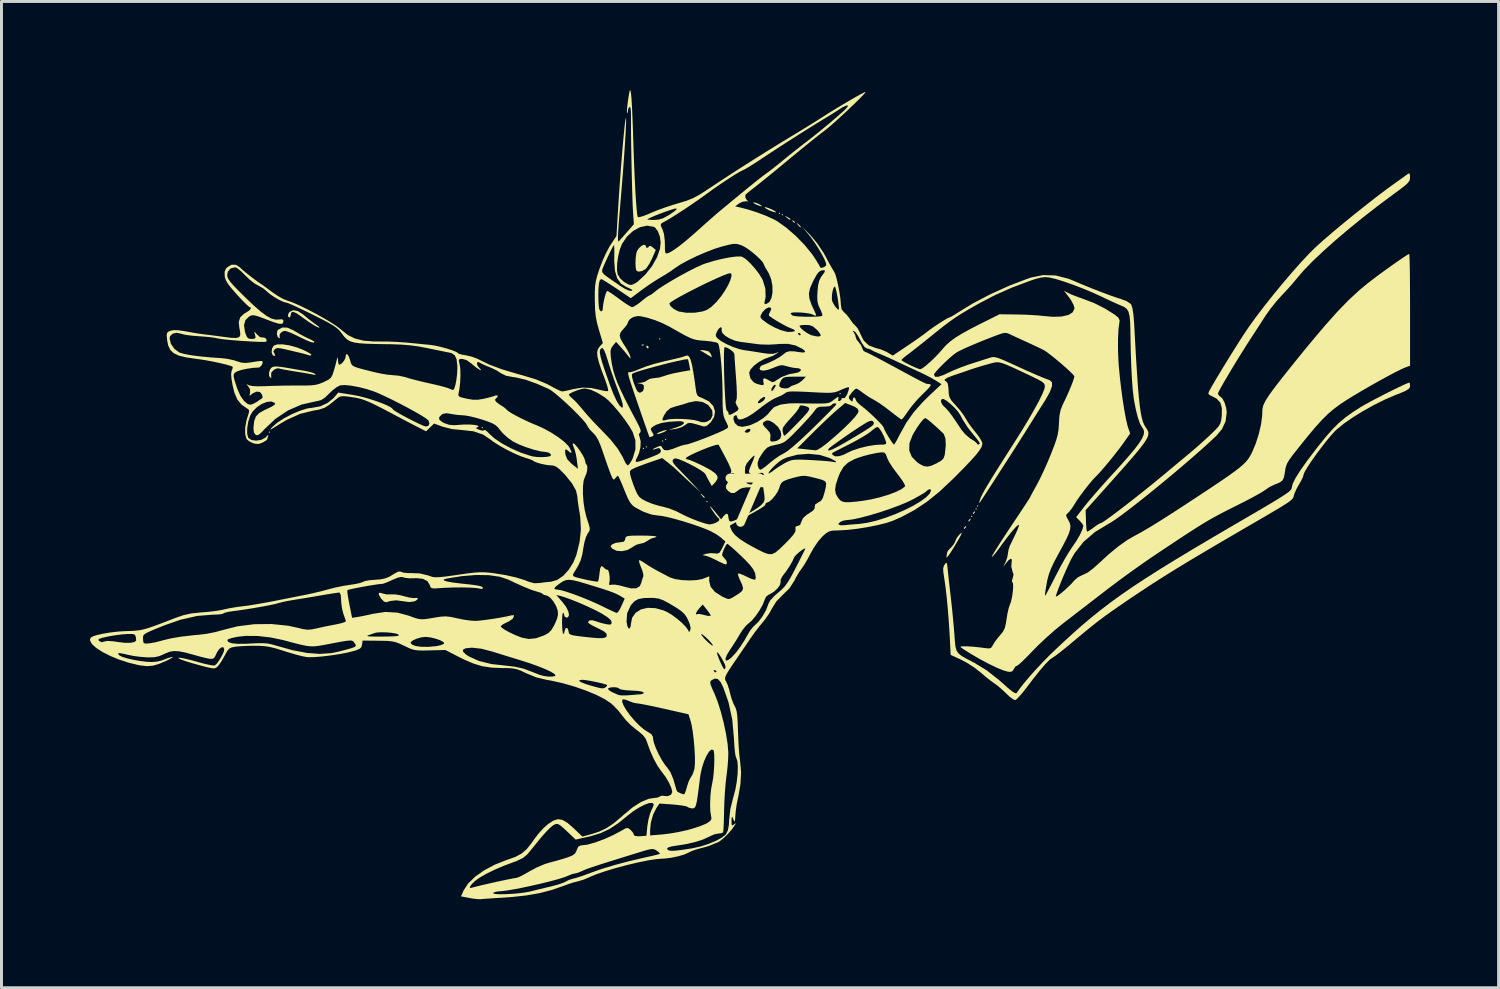
<source format=kicad_pcb>
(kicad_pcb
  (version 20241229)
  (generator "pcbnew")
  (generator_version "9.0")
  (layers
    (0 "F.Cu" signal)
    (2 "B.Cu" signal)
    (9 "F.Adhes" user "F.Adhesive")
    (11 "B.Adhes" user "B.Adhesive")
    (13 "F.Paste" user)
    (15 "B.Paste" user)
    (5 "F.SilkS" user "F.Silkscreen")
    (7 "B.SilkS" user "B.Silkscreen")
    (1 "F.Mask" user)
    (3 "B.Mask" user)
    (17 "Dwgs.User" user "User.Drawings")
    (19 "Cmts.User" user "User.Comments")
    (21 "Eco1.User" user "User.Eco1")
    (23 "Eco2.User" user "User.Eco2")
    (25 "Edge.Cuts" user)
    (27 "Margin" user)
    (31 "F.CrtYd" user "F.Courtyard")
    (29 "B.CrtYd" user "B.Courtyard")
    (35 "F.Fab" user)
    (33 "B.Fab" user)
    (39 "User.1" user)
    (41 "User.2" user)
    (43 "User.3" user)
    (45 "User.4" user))
  (footprint "7"
    (layer "F.Cu")
    (at 22.184 13.971)
    (property "Reference" "7" (at 0 0 0) (layer "F.SilkS") (effects (font (size 1.5 1.5) (thickness 0.3))))
    (attr board_only exclude_from_pos_files exclude_from_bom)
    (fp_poly (pts (xy -16.082 -2.38) (xy -16.107 -2.355) (xy -16.132 -2.38) (xy -16.107 -2.405)) (stroke (width 0) (type solid)) (fill yes) (layer "F.SilkS"))
    (fp_poly (pts (xy -8.867 -2.53) (xy -8.893 -2.505) (xy -8.918 -2.53) (xy -8.893 -2.555)) (stroke (width 0) (type solid)) (fill yes) (layer "F.SilkS"))
    (fp_poly (pts (xy -3.407 -1.829) (xy -3.432 -1.804) (xy -3.457 -1.829) (xy -3.432 -1.854)) (stroke (width 0) (type solid)) (fill yes) (layer "F.SilkS"))
    (fp_poly (pts (xy -3.307 -1.879) (xy -3.332 -1.854) (xy -3.357 -1.879) (xy -3.332 -1.904)) (stroke (width 0) (type solid)) (fill yes) (layer "F.SilkS"))
    (fp_poly (pts (xy -2.856 -5.536) (xy -2.881 -5.511) (xy -2.906 -5.536) (xy -2.881 -5.561)) (stroke (width 0) (type solid)) (fill yes) (layer "F.SilkS"))
    (fp_poly (pts (xy -2.755 -2.079) (xy -2.78 -2.054) (xy -2.806 -2.079) (xy -2.78 -2.104)) (stroke (width 0) (type solid)) (fill yes) (layer "F.SilkS"))
    (fp_poly (pts (xy -2.655 -2.129) (xy -2.68 -2.104) (xy -2.705 -2.129) (xy -2.68 -2.154)) (stroke (width 0) (type solid)) (fill yes) (layer "F.SilkS"))
    (fp_poly (pts (xy -1.252 -0.025) (xy -1.278 0) (xy -1.303 -0.025) (xy -1.278 -0.05)) (stroke (width 0) (type solid)) (fill yes) (layer "F.SilkS"))
    (fp_poly (pts (xy 1.202 -9.794) (xy 1.177 -9.769) (xy 1.152 -9.794) (xy 1.177 -9.819)) (stroke (width 0) (type solid)) (fill yes) (layer "F.SilkS"))
    (fp_poly (pts (xy 1.303 -9.744) (xy 1.278 -9.719) (xy 1.252 -9.744) (xy 1.278 -9.769)) (stroke (width 0) (type solid)) (fill yes) (layer "F.SilkS"))
    (fp_poly (pts (xy 3.256 -3.682) (xy 3.231 -3.657) (xy 3.206 -3.682) (xy 3.231 -3.707)) (stroke (width 0) (type solid)) (fill yes) (layer "F.SilkS"))
    (fp_poly (pts (xy 7.715 0.476) (xy 7.69 0.501) (xy 7.665 0.476) (xy 7.69 0.451)) (stroke (width 0) (type solid)) (fill yes) (layer "F.SilkS"))
    (fp_poly (pts (xy 7.865 0.225) (xy 7.84 0.25) (xy 7.815 0.225) (xy 7.84 0.2)) (stroke (width 0) (type solid)) (fill yes) (layer "F.SilkS"))
    (fp_poly (pts (xy 7.916 0.125) (xy 7.891 0.15) (xy 7.865 0.125) (xy 7.891 0.1)) (stroke (width 0) (type solid)) (fill yes) (layer "F.SilkS"))
    (fp_poly (pts (xy -3.423 -5.344) (xy -3.43 -5.314) (xy -3.457 -5.31) (xy -3.498 -5.329) (xy -3.49 -5.344) (xy -3.431 -5.35)) (stroke (width 0) (type solid)) (fill yes) (layer "F.SilkS"))
    (fp_poly (pts (xy 1.646 -9.549) (xy 1.699 -9.498) (xy 1.688 -9.469) (xy 1.681 -9.469) (xy 1.639 -9.504) (xy 1.623 -9.526) (xy 1.618 -9.561)) (stroke (width 0) (type solid)) (fill yes) (layer "F.SilkS"))
    (fp_poly (pts (xy -3.258 -5.274) (xy -3.256 -5.26) (xy -3.274 -5.212) (xy -3.279 -5.21) (xy -3.321 -5.245) (xy -3.332 -5.26) (xy -3.328 -5.307) (xy -3.309 -5.31)) (stroke (width 0) (type solid)) (fill yes) (layer "F.SilkS"))
    (fp_poly (pts (xy -1.477 -0.285) (xy -1.44 -0.257) (xy -1.362 -0.184) (xy -1.363 -0.151) (xy -1.372 -0.15) (xy -1.413 -0.185) (xy -1.459 -0.238) (xy -1.503 -0.297)) (stroke (width 0) (type solid)) (fill yes) (layer "F.SilkS"))
    (fp_poly (pts (xy 1.378 -9.699) (xy 1.44 -9.67) (xy 1.526 -9.621) (xy 1.553 -9.592) (xy 1.537 -9.571) (xy 1.477 -9.606) (xy 1.425 -9.647) (xy 1.36 -9.701)) (stroke (width 0) (type solid)) (fill yes) (layer "F.SilkS"))
    (fp_poly (pts (xy 1.78 -9.453) (xy 1.816 -9.425) (xy 1.894 -9.352) (xy 1.894 -9.319) (xy 1.885 -9.318) (xy 1.843 -9.353) (xy 1.797 -9.406) (xy 1.754 -9.465)) (stroke (width 0) (type solid)) (fill yes) (layer "F.SilkS"))
    (fp_poly (pts (xy 7.499 0.834) (xy 7.49 0.852) (xy 7.443 0.9) (xy 7.434 0.902) (xy 7.43 0.869) (xy 7.44 0.852) (xy 7.487 0.804) (xy 7.496 0.802)) (stroke (width 0) (type solid)) (fill yes) (layer "F.SilkS"))
    (fp_poly (pts (xy 7.649 0.583) (xy 7.64 0.601) (xy 7.593 0.649) (xy 7.584 0.651) (xy 7.581 0.619) (xy 7.59 0.601) (xy 7.637 0.553) (xy 7.646 0.551)) (stroke (width 0) (type solid)) (fill yes) (layer "F.SilkS"))
    (fp_poly (pts (xy 7.8 0.333) (xy 7.79 0.351) (xy 7.743 0.399) (xy 7.734 0.401) (xy 7.731 0.368) (xy 7.74 0.351) (xy 7.787 0.303) (xy 7.796 0.301)) (stroke (width 0) (type solid)) (fill yes) (layer "F.SilkS"))
    (fp_poly (pts (xy 0.398 -10.143) (xy 0.501 -10.095) (xy 0.577 -10.044) (xy 0.571 -10.028) (xy 0.497 -10.047) (xy 0.376 -10.097) (xy 0.296 -10.142) (xy 0.291 -10.165) (xy 0.301 -10.166)) (stroke (width 0) (type solid)) (fill yes) (layer "F.SilkS"))
    (fp_poly (pts (xy -1.358 -5.149) (xy -1.22 -5.114) (xy -1.149 -5.028) (xy -1.147 -5.022) (xy -1.119 -4.938) (xy -1.116 -4.914) (xy -1.162 -4.941) (xy -1.264 -5.002) (xy -1.328 -5.041) (xy -1.528 -5.163)) (stroke (width 0) (type solid)) (fill yes) (layer "F.SilkS"))
    (fp_poly (pts (xy -2.646 -2.434) (xy -2.714 -2.394) (xy -2.749 -2.378) (xy -2.875 -2.33) (xy -2.958 -2.311) (xy -2.984 -2.319) (xy -2.936 -2.354) (xy -2.881 -2.381) (xy -2.753 -2.43) (xy -2.656 -2.451) (xy -2.655 -2.451)) (stroke (width 0) (type solid)) (fill yes) (layer "F.SilkS"))
    (fp_poly (pts (xy 0.716 -10) (xy 0.828 -9.963) (xy 0.91 -9.928) (xy 1.02 -9.87) (xy 1.064 -9.833) (xy 1.052 -9.825) (xy 0.959 -9.844) (xy 0.83 -9.894) (xy 0.813 -9.903) (xy 0.698 -9.967) (xy 0.67 -10)) (stroke (width 0) (type solid)) (fill yes) (layer "F.SilkS"))
    (fp_poly (pts (xy 7.353 1.04) (xy 7.329 1.103) (xy 7.257 1.236) (xy 7.135 1.443) (xy 7.069 1.553) (xy 6.965 1.717) (xy 6.886 1.827) (xy 6.84 1.871) (xy 6.834 1.854) (xy 6.852 1.743) (xy 6.86 1.688) (xy 6.896 1.63) (xy 6.979 1.542) (xy 6.991 1.531) (xy 7.084 1.42) (xy 7.137 1.315) (xy 7.137 1.311) (xy 7.186 1.203) (xy 7.269 1.097) (xy 7.332 1.04)) (stroke (width 0) (type solid)) (fill yes) (layer "F.SilkS"))
    (fp_poly (pts (xy -15.143 -6.48) (xy -14.965 -6.366) (xy -14.942 -6.346) (xy -14.779 -6.211) (xy -14.603 -6.078) (xy -14.555 -6.045) (xy -14.438 -5.959) (xy -14.405 -5.919) (xy -14.447 -5.924) (xy -14.556 -5.978) (xy -14.635 -6.025) (xy -14.788 -6.125) (xy -14.962 -6.248) (xy -15.031 -6.3) (xy -15.202 -6.416) (xy -15.314 -6.457) (xy -15.371 -6.422) (xy -15.38 -6.363) (xy -15.401 -6.281) (xy -15.43 -6.262) (xy -15.475 -6.298) (xy -15.469 -6.377) (xy -15.42 -6.453) (xy -15.299 -6.51)) (stroke (width 0) (type solid)) (fill yes) (layer "F.SilkS"))
    (fp_poly (pts (xy -12.318 3.069) (xy -12.262 3.091) (xy -12.132 3.121) (xy -11.984 3.118) (xy -11.841 3.12) (xy -11.657 3.15) (xy -11.543 3.181) (xy -11.375 3.224) (xy -11.232 3.244) (xy -11.17 3.241) (xy -11.088 3.238) (xy -11.078 3.274) (xy -11.136 3.327) (xy -11.198 3.357) (xy -11.371 3.379) (xy -11.577 3.351) (xy -11.809 3.32) (xy -12.009 3.343) (xy -12.139 3.385) (xy -12.22 3.365) (xy -12.319 3.263) (xy -12.324 3.257) (xy -12.397 3.131) (xy -12.394 3.068)) (stroke (width 0) (type solid)) (fill yes) (layer "F.SilkS"))
    (fp_poly (pts (xy -3.364 -8.717) (xy -3.357 -8.687) (xy -3.327 -8.624) (xy -3.272 -8.633) (xy -3.245 -8.675) (xy -3.199 -8.694) (xy -3.12 -8.642) (xy -3.014 -8.551) (xy -3.136 -8.271) (xy -3.22 -8.104) (xy -3.308 -7.965) (xy -3.363 -7.903) (xy -3.479 -7.837) (xy -3.594 -7.816) (xy -3.668 -7.847) (xy -3.671 -7.853) (xy -3.695 -7.954) (xy -3.702 -8.114) (xy -3.694 -8.29) (xy -3.672 -8.444) (xy -3.652 -8.511) (xy -3.586 -8.61) (xy -3.5 -8.688) (xy -3.417 -8.728)) (stroke (width 0) (type solid)) (fill yes) (layer "F.SilkS"))
    (fp_poly (pts (xy -15.496 -5.919) (xy -15.285 -5.825) (xy -15.251 -5.803) (xy -15.068 -5.696) (xy -14.878 -5.596) (xy -14.792 -5.556) (xy -14.666 -5.496) (xy -14.589 -5.45) (xy -14.579 -5.437) (xy -14.609 -5.411) (xy -14.705 -5.432) (xy -14.872 -5.501) (xy -15.099 -5.611) (xy -15.288 -5.702) (xy -15.449 -5.771) (xy -15.559 -5.808) (xy -15.582 -5.811) (xy -15.68 -5.779) (xy -15.751 -5.705) (xy -15.763 -5.624) (xy -15.757 -5.613) (xy -15.756 -5.565) (xy -15.772 -5.561) (xy -15.824 -5.602) (xy -15.851 -5.696) (xy -15.844 -5.796) (xy -15.817 -5.842) (xy -15.671 -5.924)) (stroke (width 0) (type solid)) (fill yes) (layer "F.SilkS"))
    (fp_poly (pts (xy -15.699 -4.588) (xy -15.506 -4.557) (xy -15.273 -4.517) (xy -15.02 -4.473) (xy -14.904 -4.454) (xy -14.736 -4.418) (xy -14.607 -4.379) (xy -14.554 -4.35) (xy -14.541 -4.316) (xy -14.604 -4.325) (xy -14.694 -4.344) (xy -14.857 -4.373) (xy -15.067 -4.408) (xy -15.226 -4.433) (xy -15.446 -4.469) (xy -15.629 -4.502) (xy -15.752 -4.528) (xy -15.792 -4.541) (xy -15.861 -4.536) (xy -15.954 -4.49) (xy -16.043 -4.396) (xy -16.047 -4.31) (xy -16.042 -4.223) (xy -16.075 -4.219) (xy -16.115 -4.287) (xy -16.118 -4.389) (xy -16.089 -4.487) (xy -16.045 -4.557) (xy -15.979 -4.595) (xy -15.87 -4.605)) (stroke (width 0) (type solid)) (fill yes) (layer "F.SilkS"))
    (fp_poly (pts (xy -15.431 -5.319) (xy -15.183 -5.251) (xy -15.013 -5.187) (xy -14.85 -5.111) (xy -14.731 -5.045) (xy -14.679 -5) (xy -14.679 -4.997) (xy -14.716 -4.972) (xy -14.767 -4.983) (xy -14.871 -5.016) (xy -15.019 -5.055) (xy -15.055 -5.064) (xy -15.218 -5.102) (xy -15.424 -5.151) (xy -15.556 -5.182) (xy -15.729 -5.219) (xy -15.835 -5.227) (xy -15.899 -5.207) (xy -15.927 -5.184) (xy -15.972 -5.113) (xy -15.933 -5.037) (xy -15.908 -4.973) (xy -15.947 -4.96) (xy -15.998 -4.993) (xy -16.031 -5.085) (xy -16.017 -5.207) (xy -15.962 -5.305) (xy -15.956 -5.311) (xy -15.841 -5.351) (xy -15.658 -5.353)) (stroke (width 0) (type solid)) (fill yes) (layer "F.SilkS"))
    (fp_poly (pts (xy -3.285 1.13) (xy -3.116 1.139) (xy -3.012 1.152) (xy -2.989 1.165) (xy -3.053 1.199) (xy -3.089 1.202) (xy -3.18 1.232) (xy -3.292 1.302) (xy -3.293 1.303) (xy -3.422 1.375) (xy -3.544 1.403) (xy -3.664 1.434) (xy -3.797 1.512) (xy -3.817 1.528) (xy -3.978 1.617) (xy -4.167 1.655) (xy -4.347 1.641) (xy -4.483 1.572) (xy -4.486 1.569) (xy -4.542 1.5) (xy -4.521 1.451) (xy -4.48 1.419) (xy -4.366 1.371) (xy -4.227 1.353) (xy -4.109 1.338) (xy -4.058 1.281) (xy -4.049 1.24) (xy -4.037 1.19) (xy -4.006 1.158) (xy -3.938 1.139) (xy -3.815 1.13) (xy -3.618 1.127) (xy -3.499 1.127)) (stroke (width 0) (type solid)) (fill yes) (layer "F.SilkS"))
    (fp_poly (pts (xy -1.881 -4.933) (xy -1.832 -4.829) (xy -1.786 -4.654) (xy -1.739 -4.399) (xy -1.688 -4.057) (xy -1.666 -3.89) (xy -1.641 -3.725) (xy -1.608 -3.63) (xy -1.548 -3.576) (xy -1.44 -3.533) (xy -1.428 -3.529) (xy -1.206 -3.415) (xy -1.064 -3.261) (xy -1.007 -3.081) (xy -1.039 -2.888) (xy -1.154 -2.711) (xy -1.268 -2.604) (xy -1.36 -2.57) (xy -1.417 -2.578) (xy -1.638 -2.644) (xy -1.784 -2.681) (xy -1.879 -2.691) (xy -1.944 -2.674) (xy -2.001 -2.633) (xy -2.019 -2.617) (xy -2.138 -2.547) (xy -2.301 -2.495) (xy -2.355 -2.486) (xy -2.58 -2.456) (xy -2.317 -2.537) (xy -2.151 -2.602) (xy -2.065 -2.666) (xy -2.063 -2.717) (xy -2.147 -2.746) (xy -2.242 -2.749) (xy -2.57 -2.729) (xy -2.817 -2.69) (xy -2.997 -2.629) (xy -3.053 -2.599) (xy -3.156 -2.531) (xy -3.185 -2.477) (xy -3.152 -2.405) (xy -3.138 -2.382) (xy -3.088 -2.295) (xy -3.099 -2.253) (xy -3.137 -2.234) (xy -3.209 -2.208) (xy -3.223 -2.205) (xy -3.242 -2.249) (xy -3.286 -2.368) (xy -3.347 -2.543) (xy -3.4 -2.693) (xy -3.444 -2.822) (xy -2.789 -2.822) (xy -2.774 -2.772) (xy -2.688 -2.784) (xy -2.649 -2.798) (xy -2.532 -2.819) (xy -2.347 -2.828) (xy -2.129 -2.825) (xy -1.909 -2.812) (xy -1.721 -2.789) (xy -1.599 -2.76) (xy -1.466 -2.717) (xy -1.358 -2.716) (xy -1.271 -2.735) (xy -1.152 -2.813) (xy -1.09 -2.946) (xy -1.099 -3.099) (xy -1.111 -3.13) (xy -1.238 -3.298) (xy -1.426 -3.4) (xy -1.653 -3.431) (xy -1.899 -3.383) (xy -1.909 -3.38) (xy -2.092 -3.319) (xy -2.275 -3.269) (xy -2.316 -3.259) (xy -2.514 -3.194) (xy -2.651 -3.079) (xy -2.737 -2.942) (xy -2.789 -2.822) (xy -3.444 -2.822) (xy -3.555 -3.142) (xy -3.68 -3.506) (xy -3.778 -3.793) (xy -3.852 -4.012) (xy -3.903 -4.172) (xy -3.935 -4.283) (xy -3.943 -4.32) (xy -3.825 -4.32) (xy -3.815 -4.227) (xy -3.767 -4.068) (xy -3.748 -4.015) (xy -3.681 -3.844) (xy -3.626 -3.751) (xy -3.57 -3.717) (xy -3.534 -3.718) (xy -3.445 -3.774) (xy -3.416 -3.867) (xy -3.421 -3.966) (xy -3.486 -4.011) (xy -3.541 -4.022) (xy -3.633 -4.037) (xy -3.632 -4.044) (xy -3.533 -4.05) (xy -3.526 -4.05) (xy -3.394 -4.079) (xy -3.307 -4.133) (xy -3.216 -4.185) (xy -3.082 -4.208) (xy -3.07 -4.208) (xy -2.895 -4.23) (xy -2.738 -4.278) (xy -2.609 -4.321) (xy -2.421 -4.369) (xy -2.214 -4.411) (xy -2.213 -4.412) (xy -1.846 -4.476) (xy -1.879 -4.655) (xy -1.905 -4.776) (xy -1.924 -4.845) (xy -1.926 -4.848) (xy -1.984 -4.848) (xy -2.119 -4.824) (xy -2.313 -4.782) (xy -2.549 -4.726) (xy -2.807 -4.661) (xy -3.069 -4.591) (xy -3.317 -4.523) (xy -3.533 -4.46) (xy -3.697 -4.406) (xy -3.792 -4.368) (xy -3.798 -4.365) (xy -3.825 -4.32) (xy -3.943 -4.32) (xy -3.95 -4.353) (xy -3.951 -4.392) (xy -3.939 -4.408) (xy -3.919 -4.41) (xy -3.892 -4.409) (xy -3.887 -4.409) (xy -3.802 -4.428) (xy -3.665 -4.476) (xy -3.574 -4.514) (xy -3.328 -4.61) (xy -3.044 -4.698) (xy -2.699 -4.785) (xy -2.455 -4.84) (xy -2.262 -4.885) (xy -2.1 -4.929) (xy -2 -4.963) (xy -1.994 -4.966) (xy -1.934 -4.976)) (stroke (width 0) (type solid)) (fill yes) (layer "F.SilkS"))
    (fp_poly (pts (xy 22.539 -4.015) (xy 22.544 -3.943) (xy 22.533 -3.887) (xy 22.489 -3.836) (xy 22.395 -3.78) (xy 22.237 -3.71) (xy 22.033 -3.63) (xy 21.685 -3.48) (xy 21.316 -3.296) (xy 20.948 -3.091) (xy 20.602 -2.877) (xy 20.3 -2.667) (xy 20.062 -2.473) (xy 19.988 -2.403) (xy 19.85 -2.249) (xy 19.69 -2.055) (xy 19.521 -1.836) (xy 19.353 -1.61) (xy 19.199 -1.392) (xy 19.071 -1.199) (xy 18.98 -1.047) (xy 18.939 -0.953) (xy 18.937 -0.942) (xy 18.912 -0.853) (xy 18.846 -0.717) (xy 18.79 -0.623) (xy 18.699 -0.461) (xy 18.63 -0.308) (xy 18.61 -0.243) (xy 18.6 -0.199) (xy 18.585 -0.16) (xy 18.558 -0.119) (xy 18.51 -0.072) (xy 18.433 -0.013) (xy 18.32 0.063) (xy 18.162 0.162) (xy 17.951 0.288) (xy 17.679 0.448) (xy 17.339 0.646) (xy 16.922 0.888) (xy 16.814 0.951) (xy 16.164 1.33) (xy 15.591 1.668) (xy 15.081 1.972) (xy 14.622 2.251) (xy 14.204 2.511) (xy 13.812 2.761) (xy 13.437 3.007) (xy 13.064 3.257) (xy 12.976 3.317) (xy 12.67 3.526) (xy 12.419 3.701) (xy 12.203 3.856) (xy 12.003 4.005) (xy 11.8 4.163) (xy 11.576 4.345) (xy 11.311 4.564) (xy 11.029 4.8) (xy 10.83 4.964) (xy 10.653 5.104) (xy 10.514 5.209) (xy 10.43 5.265) (xy 10.421 5.269) (xy 10.33 5.335) (xy 10.188 5.479) (xy 10.002 5.696) (xy 9.775 5.98) (xy 9.561 6.262) (xy 9.423 6.439) (xy 9.299 6.583) (xy 9.207 6.676) (xy 9.167 6.702) (xy 9.095 6.675) (xy 8.983 6.593) (xy 8.867 6.484) (xy 8.714 6.338) (xy 8.557 6.205) (xy 8.462 6.136) (xy 8.334 6.045) (xy 8.167 5.913) (xy 7.996 5.768) (xy 7.986 5.759) (xy 7.781 5.599) (xy 7.538 5.442) (xy 7.334 5.333) (xy 6.978 5.169) (xy 6.948 4.576) (xy 6.92 4.115) (xy 6.885 3.658) (xy 6.845 3.23) (xy 6.802 2.855) (xy 6.758 2.555) (xy 6.757 2.548) (xy 6.729 2.359) (xy 6.725 2.238) (xy 6.747 2.154) (xy 6.775 2.108) (xy 6.819 2.052) (xy 6.845 2.055) (xy 6.862 2.132) (xy 6.876 2.265) (xy 6.892 2.417) (xy 6.916 2.639) (xy 6.946 2.903) (xy 6.978 3.181) (xy 6.981 3.206) (xy 7.017 3.529) (xy 7.053 3.884) (xy 7.084 4.227) (xy 7.104 4.472) (xy 7.122 4.719) (xy 7.142 4.897) (xy 7.179 5.025) (xy 7.246 5.122) (xy 7.358 5.21) (xy 7.527 5.306) (xy 7.769 5.432) (xy 7.787 5.442) (xy 8.199 5.693) (xy 8.618 6.023) (xy 8.708 6.102) (xy 8.909 6.281) (xy 9.05 6.397) (xy 9.143 6.458) (xy 9.198 6.472) (xy 9.223 6.452) (xy 9.314 6.317) (xy 9.461 6.13) (xy 9.649 5.907) (xy 9.864 5.666) (xy 10.09 5.424) (xy 10.311 5.199) (xy 10.402 5.11) (xy 10.752 4.779) (xy 11.085 4.473) (xy 11.408 4.186) (xy 11.73 3.914) (xy 12.058 3.65) (xy 12.4 3.389) (xy 12.764 3.126) (xy 13.157 2.855) (xy 13.588 2.572) (xy 14.063 2.27) (xy 14.592 1.944) (xy 15.182 1.588) (xy 15.84 1.198) (xy 16.575 0.767) (xy 16.946 0.551) (xy 17.363 0.308) (xy 17.701 0.109) (xy 17.968 -0.051) (xy 18.173 -0.177) (xy 18.323 -0.275) (xy 18.426 -0.35) (xy 18.49 -0.408) (xy 18.524 -0.453) (xy 18.536 -0.491) (xy 18.536 -0.499) (xy 18.569 -0.633) (xy 18.667 -0.83) (xy 18.833 -1.092) (xy 19.066 -1.421) (xy 19.369 -1.819) (xy 19.415 -1.879) (xy 19.68 -2.207) (xy 19.91 -2.469) (xy 20.127 -2.686) (xy 20.35 -2.874) (xy 20.6 -3.054) (xy 20.851 -3.216) (xy 20.997 -3.302) (xy 21.195 -3.41) (xy 21.425 -3.532) (xy 21.671 -3.659) (xy 21.916 -3.782) (xy 22.141 -3.892) (xy 22.329 -3.981) (xy 22.463 -4.039) (xy 22.522 -4.058)) (stroke (width 0) (type solid)) (fill yes) (layer "F.SilkS"))
    (fp_poly (pts (xy -3.869 -13.931) (xy -3.854 -13.852) (xy -3.842 -13.745) (xy -3.829 -13.554) (xy -3.815 -13.298) (xy -3.802 -12.995) (xy -3.789 -12.66) (xy -3.784 -12.5) (xy -3.766 -11.942) (xy -3.747 -11.427) (xy -3.727 -10.963) (xy -3.706 -10.556) (xy -3.685 -10.216) (xy -3.664 -9.95) (xy -3.645 -9.767) (xy -3.626 -9.673) (xy -3.621 -9.663) (xy -3.561 -9.665) (xy -3.434 -9.703) (xy -3.263 -9.769) (xy -3.187 -9.803) (xy -2.959 -9.897) (xy -2.68 -9.998) (xy -2.394 -10.091) (xy -2.268 -10.128) (xy -1.981 -10.215) (xy -1.749 -10.308) (xy -1.529 -10.426) (xy -1.31 -10.566) (xy -0.84 -10.878) (xy -0.317 -11.219) (xy 0.229 -11.567) (xy 0.766 -11.904) (xy 1.264 -12.211) (xy 1.453 -12.325) (xy 1.742 -12.5) (xy 2.037 -12.681) (xy 2.313 -12.851) (xy 2.545 -12.997) (xy 2.655 -13.067) (xy 2.86 -13.198) (xy 3.09 -13.339) (xy 3.328 -13.482) (xy 3.559 -13.618) (xy 3.766 -13.738) (xy 3.936 -13.832) (xy 4.05 -13.891) (xy 4.095 -13.907) (xy 4.07 -13.866) (xy 3.983 -13.771) (xy 3.849 -13.634) (xy 3.679 -13.469) (xy 3.489 -13.287) (xy 3.29 -13.102) (xy 3.097 -12.926) (xy 2.922 -12.772) (xy 2.78 -12.652) (xy 2.714 -12.601) (xy 2.581 -12.5) (xy 2.388 -12.347) (xy 2.15 -12.156) (xy 1.885 -11.941) (xy 1.61 -11.714) (xy 1.512 -11.633) (xy 1.238 -11.406) (xy 0.972 -11.187) (xy 0.728 -10.989) (xy 0.524 -10.824) (xy 0.375 -10.706) (xy 0.337 -10.676) (xy 0.191 -10.563) (xy 0.08 -10.472) (xy 0.025 -10.42) (xy 0.023 -10.418) (xy 0.02 -10.334) (xy 0.067 -10.243) (xy 0.117 -10.206) (xy 0.12 -10.196) (xy 0.05 -10.202) (xy -0.082 -10.184) (xy -0.199 -10.123) (xy -0.323 -10.027) (xy -0.174 -9.996) (xy 0.12 -9.92) (xy 0.435 -9.818) (xy 0.739 -9.702) (xy 0.997 -9.583) (xy 1.101 -9.525) (xy 1.408 -9.308) (xy 1.727 -9.03) (xy 2.028 -8.722) (xy 2.279 -8.414) (xy 2.323 -8.351) (xy 2.43 -8.188) (xy 2.511 -8.055) (xy 2.552 -7.975) (xy 2.555 -7.964) (xy 2.59 -7.942) (xy 2.667 -7.961) (xy 2.741 -8.006) (xy 2.76 -8.028) (xy 2.755 -8.099) (xy 2.703 -8.231) (xy 2.613 -8.406) (xy 2.498 -8.603) (xy 2.368 -8.803) (xy 2.234 -8.988) (xy 2.19 -9.043) (xy 1.942 -9.343) (xy 2.236 -9.039) (xy 2.459 -8.773) (xy 2.667 -8.46) (xy 2.75 -8.313) (xy 2.852 -8.12) (xy 2.944 -7.955) (xy 3.011 -7.844) (xy 3.03 -7.815) (xy 3.07 -7.728) (xy 3.116 -7.569) (xy 3.163 -7.365) (xy 3.205 -7.142) (xy 3.238 -6.929) (xy 3.255 -6.752) (xy 3.256 -6.704) (xy 3.282 -6.542) (xy 3.362 -6.444) (xy 3.46 -6.351) (xy 3.559 -6.221) (xy 3.57 -6.203) (xy 3.66 -6.077) (xy 3.749 -5.983) (xy 3.76 -5.974) (xy 3.834 -5.886) (xy 3.9 -5.751) (xy 3.91 -5.724) (xy 4.03 -5.482) (xy 4.207 -5.316) (xy 4.427 -5.233) (xy 4.61 -5.183) (xy 4.795 -5.103) (xy 4.825 -5.086) (xy 5.017 -4.973) (xy 5.498 -5.295) (xy 5.708 -5.437) (xy 5.902 -5.572) (xy 6.056 -5.683) (xy 6.134 -5.743) (xy 6.26 -5.839) (xy 6.419 -5.952) (xy 6.589 -6.065) (xy 6.746 -6.164) (xy 6.867 -6.235) (xy 6.93 -6.262) (xy 6.93 -6.262) (xy 6.992 -6.288) (xy 7.105 -6.354) (xy 7.18 -6.403) (xy 7.718 -6.733) (xy 8.323 -7.051) (xy 8.963 -7.34) (xy 9.604 -7.585) (xy 9.692 -7.614) (xy 10.106 -7.7) (xy 10.533 -7.688) (xy 10.968 -7.577) (xy 11.113 -7.519) (xy 11.438 -7.381) (xy 11.778 -7.243) (xy 12.109 -7.114) (xy 12.408 -7.003) (xy 12.65 -6.92) (xy 12.737 -6.894) (xy 12.942 -6.816) (xy 13.074 -6.728) (xy 13.096 -6.699) (xy 13.134 -6.587) (xy 13.167 -6.387) (xy 13.192 -6.11) (xy 13.197 -6.012) (xy 13.233 -5.35) (xy 13.266 -4.781) (xy 13.297 -4.297) (xy 13.326 -3.89) (xy 13.355 -3.553) (xy 13.385 -3.278) (xy 13.416 -3.057) (xy 13.45 -2.882) (xy 13.486 -2.747) (xy 13.527 -2.643) (xy 13.572 -2.562) (xy 13.58 -2.551) (xy 13.628 -2.481) (xy 13.663 -2.417) (xy 13.679 -2.35) (xy 13.673 -2.275) (xy 13.639 -2.184) (xy 13.572 -2.069) (xy 13.469 -1.924) (xy 13.323 -1.741) (xy 13.131 -1.513) (xy 12.887 -1.233) (xy 12.587 -0.894) (xy 12.226 -0.489) (xy 12.151 -0.405) (xy 11.551 0.266) (xy 11.562 0.617) (xy 11.57 0.794) (xy 11.582 0.928) (xy 11.595 0.99) (xy 11.595 0.991) (xy 11.644 0.976) (xy 11.743 0.913) (xy 11.816 0.858) (xy 11.942 0.767) (xy 12.042 0.711) (xy 12.075 0.701) (xy 12.133 0.671) (xy 12.257 0.587) (xy 12.436 0.456) (xy 12.66 0.288) (xy 12.916 0.092) (xy 13.193 -0.124) (xy 13.481 -0.351) (xy 13.767 -0.581) (xy 14.041 -0.805) (xy 14.178 -0.918) (xy 14.414 -1.115) (xy 14.672 -1.33) (xy 14.915 -1.532) (xy 15.054 -1.647) (xy 15.275 -1.835) (xy 15.514 -2.046) (xy 15.731 -2.245) (xy 15.794 -2.305) (xy 15.953 -2.46) (xy 16.054 -2.572) (xy 16.112 -2.668) (xy 16.143 -2.773) (xy 16.161 -2.913) (xy 16.164 -2.941) (xy 16.168 -3.195) (xy 16.114 -3.379) (xy 15.993 -3.511) (xy 15.851 -3.587) (xy 15.741 -3.641) (xy 15.708 -3.692) (xy 15.736 -3.766) (xy 15.736 -3.767) (xy 15.842 -3.957) (xy 15.991 -4.211) (xy 16.169 -4.507) (xy 16.365 -4.826) (xy 16.564 -5.146) (xy 16.754 -5.448) (xy 16.924 -5.71) (xy 17.06 -5.913) (xy 17.061 -5.915) (xy 17.309 -6.26) (xy 17.596 -6.637) (xy 17.909 -7.032) (xy 18.234 -7.426) (xy 18.556 -7.804) (xy 18.862 -8.148) (xy 19.138 -8.442) (xy 19.353 -8.654) (xy 19.615 -8.889) (xy 19.937 -9.166) (xy 20.302 -9.47) (xy 20.689 -9.785) (xy 21.079 -10.095) (xy 21.451 -10.385) (xy 21.788 -10.638) (xy 21.968 -10.768) (xy 22.157 -10.903) (xy 22.32 -11.019) (xy 22.436 -11.103) (xy 22.482 -11.136) (xy 22.525 -11.145) (xy 22.542 -11.074) (xy 22.543 -11.015) (xy 22.538 -10.945) (xy 22.513 -10.881) (xy 22.458 -10.811) (xy 22.359 -10.723) (xy 22.204 -10.603) (xy 21.981 -10.439) (xy 21.956 -10.421) (xy 21.443 -10.038) (xy 20.939 -9.646) (xy 20.456 -9.253) (xy 20.004 -8.869) (xy 19.595 -8.503) (xy 19.237 -8.164) (xy 18.943 -7.861) (xy 18.732 -7.615) (xy 18.589 -7.444) (xy 18.41 -7.241) (xy 18.229 -7.046) (xy 18.198 -7.014) (xy 18.013 -6.808) (xy 17.821 -6.569) (xy 17.66 -6.343) (xy 17.645 -6.321) (xy 17.499 -6.095) (xy 17.339 -5.848) (xy 17.197 -5.631) (xy 17.19 -5.619) (xy 17.037 -5.384) (xy 16.872 -5.121) (xy 16.7 -4.845) (xy 16.532 -4.569) (xy 16.376 -4.307) (xy 16.239 -4.074) (xy 16.131 -3.883) (xy 16.059 -3.749) (xy 16.032 -3.684) (xy 16.032 -3.684) (xy 16.072 -3.61) (xy 16.109 -3.588) (xy 16.188 -3.514) (xy 16.261 -3.374) (xy 16.313 -3.203) (xy 16.332 -3.045) (xy 16.293 -2.744) (xy 16.172 -2.482) (xy 15.99 -2.266) (xy 15.754 -2.043) (xy 15.47 -1.787) (xy 15.151 -1.506) (xy 14.805 -1.209) (xy 14.445 -0.905) (xy 14.08 -0.603) (xy 13.722 -0.311) (xy 13.381 -0.039) (xy 13.068 0.206) (xy 12.793 0.414) (xy 12.567 0.577) (xy 12.401 0.685) (xy 12.352 0.712) (xy 11.872 1.002) (xy 11.479 1.34) (xy 11.173 1.729) (xy 11.058 1.931) (xy 10.973 2.108) (xy 10.878 2.319) (xy 10.781 2.543) (xy 10.692 2.761) (xy 10.617 2.953) (xy 10.564 3.101) (xy 10.541 3.184) (xy 10.543 3.195) (xy 10.589 3.177) (xy 10.686 3.106) (xy 10.813 3) (xy 10.949 2.876) (xy 11.075 2.753) (xy 11.168 2.647) (xy 11.171 2.644) (xy 11.294 2.537) (xy 11.449 2.46) (xy 11.463 2.456) (xy 11.618 2.381) (xy 11.819 2.23) (xy 11.999 2.067) (xy 12.335 1.759) (xy 12.661 1.491) (xy 12.96 1.279) (xy 13.176 1.153) (xy 13.416 1.024) (xy 13.713 0.851) (xy 14.073 0.629) (xy 14.503 0.355) (xy 14.954 0.061) (xy 15.42 -0.245) (xy 15.81 -0.503) (xy 16.131 -0.719) (xy 16.392 -0.898) (xy 16.599 -1.047) (xy 16.762 -1.172) (xy 16.887 -1.279) (xy 16.982 -1.374) (xy 17.056 -1.464) (xy 17.115 -1.554) (xy 17.167 -1.65) (xy 17.202 -1.721) (xy 17.32 -2.005) (xy 17.421 -2.325) (xy 17.495 -2.645) (xy 17.532 -2.927) (xy 17.535 -3.006) (xy 17.542 -3.163) (xy 17.573 -3.292) (xy 17.639 -3.431) (xy 17.75 -3.607) (xy 17.851 -3.75) (xy 18.006 -3.956) (xy 18.204 -4.211) (xy 18.434 -4.501) (xy 18.686 -4.815) (xy 18.948 -5.137) (xy 19.21 -5.454) (xy 19.461 -5.753) (xy 19.682 -6.012) (xy 20.089 -6.468) (xy 20.463 -6.853) (xy 20.82 -7.183) (xy 21.092 -7.409) (xy 21.271 -7.548) (xy 21.48 -7.705) (xy 21.705 -7.869) (xy 21.929 -8.029) (xy 22.137 -8.175) (xy 22.314 -8.296) (xy 22.444 -8.38) (xy 22.512 -8.416) (xy 22.516 -8.417) (xy 22.522 -8.368) (xy 22.528 -8.231) (xy 22.533 -8.015) (xy 22.538 -7.731) (xy 22.541 -7.391) (xy 22.543 -7.006) (xy 22.544 -6.585) (xy 22.544 -6.523) (xy 22.544 -4.629) (xy 22.382 -4.57) (xy 22.248 -4.511) (xy 22.046 -4.41) (xy 21.793 -4.277) (xy 21.506 -4.12) (xy 21.203 -3.949) (xy 20.902 -3.775) (xy 20.618 -3.606) (xy 20.43 -3.49) (xy 20.184 -3.329) (xy 19.967 -3.169) (xy 19.764 -2.996) (xy 19.559 -2.794) (xy 19.338 -2.55) (xy 19.085 -2.249) (xy 18.887 -2.004) (xy 18.692 -1.759) (xy 18.549 -1.577) (xy 18.451 -1.44) (xy 18.386 -1.334) (xy 18.347 -1.242) (xy 18.322 -1.148) (xy 18.304 -1.035) (xy 18.299 -0.998) (xy 18.27 -0.844) (xy 18.223 -0.746) (xy 18.135 -0.677) (xy 17.979 -0.611) (xy 17.941 -0.596) (xy 17.779 -0.517) (xy 17.635 -0.419) (xy 17.548 -0.36) (xy 17.387 -0.267) (xy 17.17 -0.149) (xy 16.914 -0.015) (xy 16.65 0.118) (xy 16.38 0.253) (xy 16.146 0.374) (xy 15.932 0.488) (xy 15.725 0.605) (xy 15.51 0.733) (xy 15.273 0.881) (xy 14.999 1.057) (xy 14.674 1.271) (xy 14.283 1.531) (xy 14.203 1.584) (xy 13.793 1.859) (xy 13.425 2.113) (xy 13.075 2.361) (xy 12.718 2.622) (xy 12.333 2.911) (xy 11.896 3.247) (xy 11.866 3.27) (xy 11.597 3.478) (xy 11.294 3.711) (xy 10.996 3.941) (xy 10.762 4.121) (xy 10.508 4.329) (xy 10.224 4.58) (xy 9.949 4.839) (xy 9.743 5.048) (xy 9.567 5.23) (xy 9.414 5.381) (xy 9.297 5.487) (xy 9.23 5.536) (xy 9.221 5.538) (xy 9.175 5.559) (xy 9.126 5.639) (xy 9.07 5.723) (xy 8.987 5.745) (xy 8.906 5.735) (xy 8.745 5.687) (xy 8.522 5.594) (xy 8.257 5.466) (xy 7.971 5.314) (xy 7.685 5.148) (xy 7.418 4.98) (xy 7.314 4.909) (xy 7.321 4.887) (xy 7.408 4.877) (xy 7.56 4.88) (xy 7.757 4.893) (xy 7.981 4.917) (xy 8.143 4.939) (xy 8.277 4.952) (xy 8.35 4.928) (xy 8.399 4.854) (xy 8.404 4.842) (xy 8.471 4.731) (xy 8.579 4.589) (xy 8.644 4.513) (xy 8.747 4.387) (xy 8.81 4.264) (xy 8.849 4.107) (xy 8.871 3.959) (xy 8.903 3.76) (xy 8.945 3.582) (xy 8.984 3.47) (xy 9.025 3.354) (xy 9.059 3.197) (xy 9.084 3.026) (xy 9.096 2.868) (xy 9.092 2.752) (xy 9.069 2.705) (xy 9.068 2.705) (xy 9.05 2.667) (xy 9.077 2.58) (xy 9.109 2.449) (xy 9.071 2.335) (xy 9.032 2.174) (xy 9.041 2.06) (xy 9.052 1.941) (xy 9.015 1.909) (xy 8.937 1.963) (xy 8.869 2.042) (xy 8.762 2.179) (xy 8.84 2.019) (xy 8.894 1.872) (xy 8.918 1.739) (xy 8.918 1.735) (xy 8.94 1.598) (xy 8.985 1.469) (xy 9.045 1.345) (xy 9.127 1.175) (xy 9.185 1.056) (xy 9.251 0.908) (xy 9.289 0.8) (xy 9.292 0.759) (xy 9.247 0.779) (xy 9.156 0.869) (xy 9.03 1.015) (xy 8.881 1.203) (xy 8.719 1.421) (xy 8.653 1.513) (xy 8.538 1.669) (xy 8.442 1.788) (xy 8.38 1.849) (xy 8.37 1.854) (xy 8.384 1.814) (xy 8.447 1.703) (xy 8.553 1.531) (xy 8.694 1.311) (xy 8.863 1.053) (xy 8.997 0.851) (xy 9.184 0.57) (xy 9.351 0.319) (xy 9.491 0.108) (xy 9.595 -0.052) (xy 9.656 -0.148) (xy 9.669 -0.171) (xy 9.692 -0.22) (xy 9.753 -0.335) (xy 9.842 -0.497) (xy 9.892 -0.586) (xy 9.999 -0.79) (xy 10.125 -1.054) (xy 10.255 -1.345) (xy 10.373 -1.627) (xy 10.374 -1.631) (xy 10.483 -1.909) (xy 10.557 -2.121) (xy 10.604 -2.293) (xy 10.631 -2.45) (xy 10.644 -2.62) (xy 10.646 -2.68) (xy 10.663 -2.932) (xy 10.702 -3.125) (xy 10.77 -3.3) (xy 10.785 -3.332) (xy 10.888 -3.543) (xy 10.986 -3.764) (xy 11.072 -3.97) (xy 11.135 -4.139) (xy 11.167 -4.249) (xy 11.169 -4.269) (xy 11.132 -4.322) (xy 11.033 -4.422) (xy 10.891 -4.553) (xy 10.722 -4.701) (xy 10.545 -4.85) (xy 10.377 -4.985) (xy 10.235 -5.092) (xy 10.152 -5.147) (xy 10.061 -5.194) (xy 9.904 -5.27) (xy 9.709 -5.361) (xy 9.594 -5.414) (xy 9.38 -5.512) (xy 9.184 -5.602) (xy 9.034 -5.672) (xy 8.985 -5.696) (xy 8.901 -5.731) (xy 8.823 -5.742) (xy 8.725 -5.725) (xy 8.579 -5.676) (xy 8.434 -5.621) (xy 8.06 -5.475) (xy 7.731 -5.339) (xy 7.461 -5.221) (xy 7.262 -5.125) (xy 7.18 -5.08) (xy 7.07 -4.999) (xy 6.929 -4.879) (xy 6.776 -4.737) (xy 6.629 -4.592) (xy 6.508 -4.462) (xy 6.43 -4.365) (xy 6.413 -4.328) (xy 6.448 -4.257) (xy 6.555 -4.253) (xy 6.736 -4.315) (xy 6.87 -4.379) (xy 7.063 -4.468) (xy 7.311 -4.568) (xy 7.573 -4.664) (xy 7.69 -4.702) (xy 7.916 -4.774) (xy 8.12 -4.84) (xy 8.275 -4.889) (xy 8.336 -4.909) (xy 8.406 -4.923) (xy 8.491 -4.916) (xy 8.606 -4.883) (xy 8.77 -4.818) (xy 9 -4.716) (xy 9.112 -4.664) (xy 9.53 -4.473) (xy 9.876 -4.321) (xy 10.143 -4.209) (xy 10.328 -4.141) (xy 10.333 -4.139) (xy 10.41 -4.071) (xy 10.412 -3.937) (xy 10.339 -3.739) (xy 10.192 -3.475) (xy 10.157 -3.421) (xy 10.01 -3.19) (xy 9.839 -2.918) (xy 9.672 -2.651) (xy 9.607 -2.546) (xy 9.513 -2.395) (xy 9.375 -2.178) (xy 9.206 -1.911) (xy 9.014 -1.611) (xy 8.81 -1.294) (xy 8.606 -0.977) (xy 8.412 -0.675) (xy 8.237 -0.407) (xy 8.094 -0.187) (xy 7.992 -0.033) (xy 7.98 -0.015) (xy 7.947 0.026) (xy 7.948 -0.01) (xy 7.975 -0.1) (xy 8.007 -0.182) (xy 8.063 -0.295) (xy 8.147 -0.448) (xy 8.265 -0.647) (xy 8.42 -0.9) (xy 8.618 -1.215) (xy 8.862 -1.6) (xy 9.105 -1.98) (xy 9.37 -2.4) (xy 9.606 -2.788) (xy 9.806 -3.135) (xy 9.968 -3.432) (xy 10.085 -3.67) (xy 10.153 -3.841) (xy 10.17 -3.921) (xy 10.163 -3.984) (xy 10.132 -4.038) (xy 10.061 -4.095) (xy 9.936 -4.165) (xy 9.741 -4.261) (xy 9.631 -4.313) (xy 9.307 -4.465) (xy 9.06 -4.58) (xy 8.874 -4.661) (xy 8.736 -4.713) (xy 8.631 -4.741) (xy 8.544 -4.747) (xy 8.461 -4.737) (xy 8.367 -4.714) (xy 8.299 -4.696) (xy 8.076 -4.634) (xy 7.825 -4.557) (xy 7.665 -4.505) (xy 7.44 -4.427) (xy 7.2 -4.345) (xy 7.051 -4.295) (xy 6.868 -4.224) (xy 6.779 -4.168) (xy 6.778 -4.123) (xy 6.832 -4.093) (xy 6.88 -4.022) (xy 6.904 -3.859) (xy 6.906 -3.801) (xy 6.916 -3.653) (xy 6.946 -3.543) (xy 7.015 -3.436) (xy 7.138 -3.298) (xy 7.152 -3.284) (xy 7.292 -3.123) (xy 7.415 -2.959) (xy 7.486 -2.844) (xy 7.57 -2.704) (xy 7.693 -2.532) (xy 7.798 -2.401) (xy 7.916 -2.251) (xy 8.006 -2.112) (xy 8.047 -2.024) (xy 8.049 -1.954) (xy 8.019 -1.866) (xy 7.95 -1.754) (xy 7.835 -1.608) (xy 7.669 -1.421) (xy 7.445 -1.185) (xy 7.156 -0.892) (xy 7.04 -0.777) (xy 6.597 -0.361) (xy 6.175 -0.02) (xy 5.75 0.262) (xy 5.301 0.5) (xy 5.042 0.615) (xy 4.812 0.694) (xy 4.511 0.77) (xy 4.167 0.839) (xy 3.81 0.896) (xy 3.469 0.935) (xy 3.172 0.951) (xy 3.143 0.952) (xy 2.969 0.958) (xy 2.849 0.989) (xy 2.738 1.062) (xy 2.64 1.149) (xy 2.494 1.313) (xy 2.343 1.533) (xy 2.235 1.727) (xy 2.13 1.924) (xy 2.025 2.103) (xy 1.939 2.232) (xy 1.924 2.251) (xy 1.833 2.381) (xy 1.733 2.553) (xy 1.686 2.649) (xy 1.511 2.918) (xy 1.309 3.115) (xy 1.072 3.356) (xy 0.933 3.579) (xy 0.829 3.766) (xy 0.691 3.965) (xy 0.613 4.061) (xy 0.49 4.21) (xy 0.339 4.407) (xy 0.188 4.619) (xy 0.142 4.687) (xy 0.012 4.88) (xy -0.11 5.059) (xy -0.203 5.196) (xy -0.23 5.235) (xy -0.407 5.493) (xy -0.532 5.683) (xy -0.614 5.818) (xy -0.657 5.912) (xy -0.668 5.978) (xy -0.655 6.031) (xy -0.632 6.071) (xy -0.578 6.187) (xy -0.524 6.355) (xy -0.498 6.463) (xy -0.446 6.652) (xy -0.38 6.827) (xy -0.343 6.897) (xy -0.303 6.979) (xy -0.274 7.082) (xy -0.254 7.226) (xy -0.24 7.429) (xy -0.229 7.71) (xy -0.227 7.774) (xy -0.216 8.063) (xy -0.2 8.344) (xy -0.18 8.589) (xy -0.158 8.768) (xy -0.154 8.792) (xy -0.124 9.148) (xy -0.146 9.554) (xy -0.218 9.974) (xy -0.231 10.027) (xy -0.274 10.241) (xy -0.305 10.467) (xy -0.313 10.566) (xy -0.323 10.71) (xy -0.334 10.803) (xy -0.34 10.821) (xy -0.367 10.781) (xy -0.399 10.709) (xy -0.428 10.65) (xy -0.442 10.671) (xy -0.448 10.782) (xy -0.448 10.79) (xy -0.445 10.911) (xy -0.425 10.949) (xy -0.376 10.923) (xy -0.366 10.915) (xy -0.307 10.872) (xy -0.312 10.898) (xy -0.325 10.921) (xy -0.436 11.081) (xy -0.581 11.247) (xy -0.733 11.394) (xy -0.867 11.497) (xy -0.918 11.523) (xy -1.052 11.575) (xy -1.151 11.619) (xy -1.152 11.619) (xy -1.241 11.652) (xy -1.389 11.694) (xy -1.503 11.723) (xy -1.679 11.773) (xy -1.831 11.831) (xy -1.893 11.863) (xy -2.037 11.929) (xy -2.244 11.991) (xy -2.478 12.041) (xy -2.702 12.069) (xy -2.791 12.073) (xy -3.008 12.09) (xy -3.295 12.136) (xy -3.632 12.205) (xy -3.994 12.291) (xy -4.36 12.389) (xy -4.706 12.493) (xy -5.011 12.596) (xy -5.251 12.694) (xy -5.294 12.715) (xy -5.465 12.786) (xy -5.636 12.838) (xy -5.661 12.844) (xy -5.804 12.88) (xy -5.992 12.941) (xy -6.137 12.995) (xy -6.533 13.133) (xy -6.945 13.24) (xy -7.395 13.319) (xy -7.908 13.375) (xy -8.291 13.401) (xy -8.526 13.415) (xy -8.73 13.429) (xy -8.88 13.44) (xy -8.943 13.447) (xy -9.046 13.445) (xy -9.206 13.427) (xy -9.329 13.406) (xy -9.615 13.351) (xy -9.571 13.254) (xy -8.521 13.254) (xy -8.444 13.271) (xy -8.304 13.279) (xy -8.12 13.277) (xy -7.909 13.267) (xy -7.69 13.25) (xy -7.482 13.225) (xy -7.302 13.193) (xy -7.261 13.184) (xy -7.008 13.121) (xy -6.725 13.052) (xy -6.513 13.001) (xy -6.322 12.95) (xy -6.164 12.897) (xy -6.069 12.854) (xy -6.062 12.849) (xy -5.962 12.796) (xy -5.822 12.753) (xy -5.811 12.751) (xy -5.684 12.717) (xy -5.498 12.656) (xy -5.286 12.579) (xy -5.21 12.55) (xy -4.848 12.422) (xy -4.409 12.29) (xy -3.918 12.159) (xy -3.4 12.038) (xy -3.314 12.019) (xy -3.122 11.976) (xy -2.971 11.939) (xy -2.885 11.914) (xy -2.874 11.908) (xy -2.895 11.87) (xy -2.977 11.806) (xy -2.983 11.801) (xy -3.047 11.764) (xy -3.112 11.747) (xy -3.199 11.754) (xy -3.33 11.785) (xy -3.529 11.844) (xy -3.598 11.866) (xy -4.063 12.009) (xy -4.442 12.127) (xy -4.745 12.222) (xy -4.982 12.298) (xy -5.162 12.358) (xy -5.297 12.404) (xy -5.396 12.441) (xy -5.468 12.471) (xy -5.506 12.49) (xy -5.639 12.546) (xy -5.745 12.574) (xy -5.757 12.575) (xy -5.856 12.598) (xy -5.982 12.651) (xy -5.983 12.652) (xy -6.113 12.703) (xy -6.32 12.767) (xy -6.586 12.839) (xy -6.888 12.914) (xy -7.208 12.987) (xy -7.524 13.055) (xy -7.816 13.112) (xy -8.063 13.153) (xy -8.246 13.175) (xy -8.291 13.177) (xy -8.426 13.193) (xy -8.517 13.226) (xy -8.521 13.254) (xy -9.571 13.254) (xy -9.524 13.149) (xy -9.445 13.028) (xy -9.313 13.028) (xy -9.304 13.068) (xy -9.242 13.057) (xy -9.167 13.036) (xy -9.014 12.998) (xy -8.804 12.948) (xy -8.558 12.892) (xy -8.488 12.876) (xy -8.236 12.821) (xy -8.014 12.775) (xy -7.844 12.742) (xy -7.746 12.726) (xy -7.735 12.725) (xy -7.659 12.7) (xy -7.523 12.634) (xy -7.353 12.539) (xy -7.29 12.502) (xy -7.047 12.371) (xy -6.793 12.263) (xy -6.605 12.204) (xy -6.38 12.145) (xy -6.143 12.076) (xy -6.012 12.034) (xy -5.849 11.97) (xy -5.755 11.905) (xy -5.705 11.82) (xy -5.692 11.781) (xy -5.673 11.738) (xy -2.635 11.738) (xy -2.598 11.781) (xy -2.541 11.802) (xy -2.445 11.808) (xy -2.296 11.797) (xy -2.078 11.769) (xy -1.779 11.723) (xy -1.51 11.664) (xy -1.239 11.578) (xy -0.99 11.476) (xy -0.785 11.367) (xy -0.65 11.262) (xy -0.632 11.239) (xy -0.572 11.117) (xy -0.538 10.94) (xy -0.527 10.752) (xy -0.487 10.394) (xy -0.39 10.003) (xy -0.38 9.97) (xy -0.316 9.728) (xy -0.269 9.464) (xy -0.241 9.203) (xy -0.233 8.967) (xy -0.247 8.779) (xy -0.285 8.662) (xy -0.29 8.655) (xy -0.313 8.581) (xy -0.335 8.43) (xy -0.353 8.223) (xy -0.366 7.99) (xy -0.422 7.363) (xy -0.548 6.782) (xy -0.72 6.287) (xy -0.816 6.09) (xy -0.911 5.987) (xy -1.014 5.971) (xy -1.117 6.023) (xy -1.158 6.061) (xy -1.17 6.11) (xy -1.151 6.192) (xy -1.096 6.326) (xy -1.025 6.481) (xy -0.917 6.755) (xy -0.811 7.092) (xy -0.715 7.462) (xy -0.636 7.834) (xy -0.581 8.178) (xy -0.557 8.463) (xy -0.556 8.483) (xy -0.562 8.698) (xy -0.582 8.963) (xy -0.612 9.227) (xy -0.62 9.285) (xy -0.647 9.517) (xy -0.671 9.813) (xy -0.689 10.133) (xy -0.699 10.44) (xy -0.699 10.445) (xy -0.705 10.701) (xy -0.712 10.92) (xy -0.721 11.085) (xy -0.731 11.174) (xy -0.734 11.184) (xy -0.796 11.212) (xy -0.892 11.222) (xy -1.027 11.249) (xy -1.175 11.313) (xy -1.187 11.32) (xy -1.39 11.416) (xy -1.661 11.505) (xy -1.97 11.578) (xy -2.235 11.621) (xy -2.463 11.656) (xy -2.595 11.694) (xy -2.635 11.738) (xy -5.673 11.738) (xy -5.641 11.667) (xy -5.558 11.625) (xy -5.516 11.622) (xy -5.321 11.596) (xy -5.067 11.525) (xy -4.778 11.418) (xy -4.477 11.285) (xy -4.191 11.134) (xy -4.13 11.098) (xy -4.024 11.04) (xy -3.957 11.036) (xy -3.884 11.086) (xy -3.867 11.1) (xy -3.787 11.19) (xy -3.757 11.261) (xy -3.723 11.304) (xy -3.61 11.316) (xy -3.544 11.313) (xy -3.332 11.297) (xy -3.33 11.286) (xy -3.206 11.286) (xy -2.786 11.252) (xy -2.533 11.221) (xy -2.239 11.17) (xy -1.959 11.109) (xy -1.9 11.093) (xy -1.676 11.027) (xy -1.469 10.955) (xy -1.313 10.89) (xy -1.269 10.866) (xy -1.161 10.788) (xy -1.126 10.716) (xy -1.14 10.629) (xy -1.166 10.459) (xy -1.173 10.226) (xy -1.164 9.965) (xy -1.138 9.711) (xy -1.102 9.519) (xy -1.072 9.355) (xy -1.05 9.15) (xy -1.035 8.928) (xy -1.03 8.716) (xy -1.034 8.538) (xy -1.05 8.419) (xy -1.063 8.389) (xy -1.13 8.377) (xy -1.209 8.448) (xy -1.294 8.584) (xy -1.376 8.769) (xy -1.447 8.987) (xy -1.499 9.222) (xy -1.513 9.318) (xy -1.557 9.667) (xy -1.591 9.928) (xy -1.62 10.116) (xy -1.647 10.241) (xy -1.675 10.316) (xy -1.708 10.355) (xy -1.749 10.369) (xy -1.796 10.37) (xy -1.9 10.344) (xy -1.934 10.32) (xy -2.003 10.295) (xy -2.147 10.269) (xy -2.34 10.246) (xy -2.436 10.238) (xy -2.889 10.206) (xy -2.988 10.351) (xy -3.104 10.579) (xy -3.181 10.853) (xy -3.206 11.097) (xy -3.206 11.286) (xy -3.33 11.286) (xy -3.299 10.967) (xy -3.264 10.755) (xy -3.208 10.548) (xy -3.16 10.427) (xy -3.098 10.298) (xy -3.084 10.23) (xy -3.113 10.196) (xy -3.135 10.186) (xy -3.238 10.19) (xy -3.394 10.246) (xy -3.582 10.342) (xy -3.777 10.466) (xy -3.957 10.606) (xy -3.958 10.606) (xy -4.285 10.873) (xy -4.585 11.07) (xy -4.883 11.21) (xy -5.205 11.309) (xy -5.265 11.323) (xy -5.729 11.427) (xy -5.958 11.209) (xy -6.128 11.049) (xy -6.244 10.95) (xy -6.325 10.902) (xy -6.39 10.896) (xy -6.457 10.923) (xy -6.498 10.948) (xy -6.591 11.024) (xy -6.723 11.157) (xy -6.871 11.323) (xy -6.939 11.404) (xy -7.087 11.587) (xy -7.226 11.758) (xy -7.334 11.889) (xy -7.364 11.926) (xy -7.514 12.05) (xy -7.748 12.162) (xy -7.846 12.197) (xy -8.163 12.314) (xy -8.476 12.449) (xy -8.762 12.59) (xy -8.996 12.725) (xy -9.145 12.834) (xy -9.257 12.946) (xy -9.313 13.028) (xy -9.445 13.028) (xy -9.374 12.918) (xy -9.139 12.689) (xy -8.835 12.473) (xy -8.477 12.281) (xy -8.081 12.123) (xy -8.023 12.104) (xy -7.759 12.008) (xy -7.556 11.897) (xy -7.385 11.748) (xy -7.217 11.538) (xy -7.138 11.422) (xy -6.991 11.229) (xy -6.82 11.041) (xy -6.666 10.903) (xy -6.487 10.786) (xy -6.333 10.736) (xy -6.182 10.758) (xy -6.015 10.854) (xy -5.813 11.028) (xy -5.791 11.048) (xy -5.501 11.325) (xy -5.193 11.242) (xy -4.924 11.154) (xy -4.684 11.039) (xy -4.446 10.88) (xy -4.183 10.66) (xy -4.114 10.598) (xy -3.804 10.34) (xy -3.516 10.155) (xy -3.26 10.047) (xy -3.086 10.02) (xy -2.96 10.006) (xy -2.883 9.973) (xy -2.879 9.968) (xy -2.812 9.938) (xy -2.751 9.946) (xy -2.613 9.957) (xy -2.503 9.911) (xy -2.455 9.821) (xy -2.455 9.814) (xy -2.485 9.681) (xy -2.564 9.503) (xy -2.677 9.311) (xy -2.807 9.135) (xy -2.82 9.119) (xy -2.947 8.941) (xy -3.08 8.699) (xy -3.204 8.423) (xy -3.303 8.149) (xy -3.308 8.132) (xy -3.362 8) (xy -3.452 7.885) (xy -3.599 7.759) (xy -3.671 7.706) (xy -3.851 7.558) (xy -4.023 7.385) (xy -4.136 7.245) (xy -4.276 7.066) (xy -4.444 6.889) (xy -4.524 6.816) (xy -4.611 6.758) (xy -4.154 6.758) (xy -4.104 6.886) (xy -4.007 7.049) (xy -3.875 7.229) (xy -3.721 7.409) (xy -3.559 7.574) (xy -3.4 7.706) (xy -3.295 7.771) (xy -3.168 7.852) (xy -3.113 7.938) (xy -3.106 8.006) (xy -3.08 8.14) (xy -3.011 8.327) (xy -2.914 8.537) (xy -2.803 8.741) (xy -2.693 8.908) (xy -2.631 8.98) (xy -2.517 9.143) (xy -2.419 9.382) (xy -2.399 9.451) (xy -2.351 9.618) (xy -2.314 9.741) (xy -2.293 9.794) (xy -2.293 9.794) (xy -2.201 9.848) (xy -2.103 9.887) (xy -2.049 9.891) (xy -2.019 9.835) (xy -1.978 9.714) (xy -1.956 9.632) (xy -1.905 9.472) (xy -1.844 9.343) (xy -1.818 9.307) (xy -1.76 9.204) (xy -1.711 9.054) (xy -1.701 9.007) (xy -1.687 8.843) (xy -1.688 8.609) (xy -1.703 8.333) (xy -1.728 8.044) (xy -1.761 7.771) (xy -1.8 7.54) (xy -1.833 7.411) (xy -1.906 7.182) (xy -2.719 6.997) (xy -2.999 6.935) (xy -3.251 6.882) (xy -3.456 6.842) (xy -3.596 6.818) (xy -3.643 6.813) (xy -3.762 6.792) (xy -3.908 6.74) (xy -3.93 6.729) (xy -4.051 6.684) (xy -4.132 6.675) (xy -4.142 6.68) (xy -4.154 6.758) (xy -4.611 6.758) (xy -4.74 6.671) (xy -5.033 6.522) (xy -5.383 6.377) (xy -5.577 6.31) (xy -4.632 6.31) (xy -4.609 6.359) (xy -4.499 6.429) (xy -4.311 6.512) (xy -4.258 6.532) (xy -4.168 6.543) (xy -4.019 6.542) (xy -3.908 6.534) (xy -3.73 6.519) (xy -3.577 6.508) (xy -3.517 6.505) (xy -3.436 6.483) (xy -3.421 6.445) (xy -3.481 6.413) (xy -3.627 6.389) (xy -3.836 6.378) (xy -4.028 6.366) (xy -4.173 6.346) (xy -4.245 6.32) (xy -4.249 6.315) (xy -4.306 6.279) (xy -4.417 6.264) (xy -4.537 6.27) (xy -4.621 6.298) (xy -4.632 6.31) (xy -5.577 6.31) (xy -5.767 6.243) (xy -6.165 6.129) (xy -6.495 6.055) (xy -5.605 6.055) (xy -5.528 6.103) (xy -5.374 6.162) (xy -5.248 6.2) (xy -5.039 6.259) (xy -4.905 6.292) (xy -4.821 6.303) (xy -4.766 6.294) (xy -4.717 6.268) (xy -4.711 6.264) (xy -4.662 6.211) (xy -4.666 6.189) (xy -4.729 6.163) (xy -4.861 6.128) (xy -5.033 6.089) (xy -5.215 6.052) (xy -5.378 6.025) (xy -5.492 6.013) (xy -5.498 6.013) (xy -5.597 6.024) (xy -5.605 6.055) (xy -6.495 6.055) (xy -6.553 6.042) (xy -6.702 6.017) (xy -7.065 5.929) (xy -7.41 5.789) (xy -7.583 5.706) (xy -7.723 5.654) (xy -7.865 5.627) (xy -8.045 5.616) (xy -8.223 5.615) (xy -8.574 5.601) (xy -8.882 5.555) (xy -9.18 5.467) (xy -9.502 5.33) (xy -9.693 5.235) (xy -10.144 5.003) (xy -10.67 5.016) (xy -10.91 5.021) (xy -11.08 5.016) (xy -11.21 4.997) (xy -11.225 4.992) (xy -9.548 4.992) (xy -9.542 5.063) (xy -9.44 5.16) (xy -9.349 5.219) (xy -9.008 5.374) (xy -8.583 5.479) (xy -8.116 5.531) (xy -7.808 5.566) (xy -7.531 5.626) (xy -7.415 5.665) (xy -7.227 5.737) (xy -7.047 5.807) (xy -6.964 5.84) (xy -6.812 5.883) (xy -6.653 5.905) (xy -6.515 5.905) (xy -6.428 5.883) (xy -6.413 5.858) (xy -6.458 5.806) (xy -6.586 5.732) (xy -6.636 5.708) (xy -1.052 5.708) (xy -1.016 5.759) (xy -1.002 5.761) (xy -0.953 5.744) (xy -0.952 5.739) (xy -0.987 5.696) (xy -1.002 5.686) (xy -1.048 5.69) (xy -1.052 5.708) (xy -6.636 5.708) (xy -6.78 5.642) (xy -7.026 5.544) (xy -7.31 5.443) (xy -7.565 5.362) (xy -7.845 5.276) (xy -8.151 5.182) (xy -8.433 5.094) (xy -8.476 5.08) (xy -0.939 5.08) (xy -0.933 5.134) (xy -0.895 5.247) (xy -0.838 5.386) (xy -0.775 5.522) (xy -0.721 5.624) (xy -0.689 5.661) (xy -0.657 5.62) (xy -0.651 5.571) (xy -0.673 5.494) (xy -0.728 5.379) (xy -0.774 5.298) (xy -0.653 5.298) (xy -0.638 5.36) (xy -0.568 5.349) (xy -0.452 5.262) (xy -0.297 5.094) (xy -0.28 5.072) (xy -0.141 4.882) (xy -0.008 4.676) (xy 0.078 4.523) (xy 0.175 4.357) (xy 0.286 4.217) (xy 0.349 4.159) (xy 0.475 4.036) (xy 0.607 3.855) (xy 0.721 3.654) (xy 0.792 3.471) (xy 0.798 3.447) (xy 0.862 3.325) (xy 1.006 3.17) (xy 1.121 3.07) (xy 1.249 2.96) (xy 1.354 2.85) (xy 1.451 2.719) (xy 1.555 2.547) (xy 1.681 2.312) (xy 1.735 2.206) (xy 1.85 1.981) (xy 1.946 1.79) (xy 2.016 1.649) (xy 2.051 1.576) (xy 2.054 1.569) (xy 2.022 1.566) (xy 1.944 1.613) (xy 1.844 1.688) (xy 1.75 1.773) (xy 1.685 1.846) (xy 1.673 1.869) (xy 1.615 1.998) (xy 1.516 2.169) (xy 1.399 2.345) (xy 1.287 2.489) (xy 1.286 2.49) (xy 1.219 2.614) (xy 1.216 2.702) (xy 1.196 2.797) (xy 1.112 2.915) (xy 0.99 3.028) (xy 0.853 3.112) (xy 0.81 3.129) (xy 0.725 3.197) (xy 0.677 3.296) (xy 0.612 3.463) (xy 0.502 3.66) (xy 0.37 3.853) (xy 0.237 4.01) (xy 0.151 4.083) (xy 0.041 4.182) (xy -0.08 4.333) (xy -0.16 4.459) (xy -0.279 4.658) (xy -0.412 4.867) (xy -0.484 4.972) (xy -0.604 5.167) (xy -0.653 5.298) (xy -0.774 5.298) (xy -0.799 5.253) (xy -0.869 5.145) (xy -0.923 5.084) (xy -0.939 5.08) (xy -8.476 5.08) (xy -8.542 5.06) (xy -8.921 4.96) (xy -9.224 4.926) (xy -9.268 4.926) (xy -9.456 4.946) (xy -9.548 4.992) (xy -11.225 4.992) (xy -11.331 4.958) (xy -11.473 4.893) (xy -11.536 4.862) (xy -11.696 4.787) (xy -11.78 4.755) (xy -11.322 4.755) (xy -11.276 4.821) (xy -11.149 4.868) (xy -10.96 4.895) (xy -10.726 4.897) (xy -10.467 4.874) (xy -10.425 4.868) (xy -10.287 4.836) (xy -10.198 4.795) (xy -10.184 4.777) (xy -10.215 4.729) (xy -10.318 4.673) (xy -10.467 4.621) (xy -10.634 4.58) (xy -10.792 4.56) (xy -10.823 4.559) (xy -10.964 4.576) (xy -11.115 4.62) (xy -11.243 4.677) (xy -11.316 4.736) (xy -11.322 4.755) (xy -11.78 4.755) (xy -11.828 4.738) (xy -11.962 4.709) (xy -12.13 4.695) (xy -12.362 4.69) (xy -12.413 4.689) (xy -12.95 4.684) (xy -12.966 4.821) (xy -12.99 4.906) (xy -13.052 4.965) (xy -13.18 5.017) (xy -13.242 5.036) (xy -13.456 5.09) (xy -13.724 5.141) (xy -14.017 5.186) (xy -14.307 5.221) (xy -14.568 5.243) (xy -14.771 5.248) (xy -14.836 5.243) (xy -14.981 5.216) (xy -15.189 5.164) (xy -15.429 5.094) (xy -15.607 5.038) (xy -15.877 4.953) (xy -16.091 4.9) (xy -16.285 4.871) (xy -16.494 4.86) (xy -16.583 4.86) (xy -16.817 4.863) (xy -17.044 4.873) (xy -17.223 4.888) (xy -17.252 4.891) (xy -17.384 4.915) (xy -17.47 4.958) (xy -17.539 5.043) (xy -17.621 5.194) (xy -17.713 5.358) (xy -17.806 5.497) (xy -17.859 5.56) (xy -17.91 5.603) (xy -17.964 5.624) (xy -18.043 5.623) (xy -18.17 5.598) (xy -18.367 5.548) (xy -18.411 5.536) (xy -18.702 5.456) (xy -18.933 5.386) (xy -19.095 5.329) (xy -19.18 5.288) (xy -19.18 5.266) (xy -19.157 5.264) (xy -19.066 5.276) (xy -18.904 5.311) (xy -18.698 5.363) (xy -18.539 5.408) (xy -18.322 5.466) (xy -18.136 5.508) (xy -18.006 5.529) (xy -17.958 5.528) (xy -17.89 5.468) (xy -17.804 5.349) (xy -17.719 5.206) (xy -17.656 5.072) (xy -17.635 4.988) (xy -17.66 4.913) (xy -17.723 4.91) (xy -17.803 4.968) (xy -17.879 5.079) (xy -17.896 5.116) (xy -17.956 5.243) (xy -18.014 5.298) (xy -18.101 5.303) (xy -18.147 5.297) (xy -18.279 5.27) (xy -18.466 5.224) (xy -18.662 5.169) (xy -18.952 5.09) (xy -19.173 5.047) (xy -19.346 5.039) (xy -19.496 5.065) (xy -19.644 5.125) (xy -19.672 5.139) (xy -19.831 5.209) (xy -19.983 5.245) (xy -20.173 5.253) (xy -20.265 5.251) (xy -20.49 5.234) (xy -20.716 5.204) (xy -20.864 5.174) (xy -21.023 5.137) (xy -21.148 5.114) (xy -21.188 5.11) (xy -21.237 5.119) (xy -21.211 5.162) (xy -21.188 5.186) (xy -21.097 5.234) (xy -20.933 5.285) (xy -20.722 5.334) (xy -20.49 5.375) (xy -20.265 5.402) (xy -20.093 5.411) (xy -19.914 5.396) (xy -19.752 5.358) (xy -19.709 5.341) (xy -19.55 5.279) (xy -19.413 5.241) (xy -19.378 5.244) (xy -19.426 5.281) (xy -19.549 5.346) (xy -19.589 5.365) (xy -19.846 5.476) (xy -20.056 5.536) (xy -20.254 5.551) (xy -20.477 5.526) (xy -20.554 5.512) (xy -20.883 5.431) (xy -21.204 5.326) (xy -21.501 5.203) (xy -21.761 5.071) (xy -21.971 4.935) (xy -22.116 4.804) (xy -22.182 4.686) (xy -22.183 4.654) (xy -21.901 4.654) (xy -21.881 4.692) (xy -21.876 4.697) (xy -21.785 4.742) (xy -21.711 4.719) (xy -21.592 4.696) (xy -21.387 4.71) (xy -21.267 4.728) (xy -21.016 4.759) (xy -20.814 4.76) (xy -20.678 4.734) (xy -20.621 4.682) (xy -20.621 4.67) (xy -20.627 4.609) (xy -20.39 4.609) (xy -20.38 4.719) (xy -20.361 4.772) (xy -20.288 4.787) (xy -20.146 4.774) (xy -19.958 4.74) (xy -19.752 4.686) (xy -19.739 4.682) (xy -19.663 4.663) (xy -17.535 4.663) (xy -17.497 4.732) (xy -17.38 4.775) (xy -17.178 4.795) (xy -16.886 4.792) (xy -16.765 4.785) (xy -16.502 4.772) (xy -16.307 4.772) (xy -16.149 4.787) (xy -15.998 4.82) (xy -15.869 4.858) (xy -15.317 5.011) (xy -14.83 5.104) (xy -14.398 5.136) (xy -14.007 5.109) (xy -13.777 5.062) (xy -13.515 4.994) (xy -13.337 4.945) (xy -13.23 4.906) (xy -13.182 4.871) (xy -13.18 4.831) (xy -13.212 4.78) (xy -13.241 4.74) (xy -13.272 4.705) (xy -13.315 4.686) (xy -13.388 4.682) (xy -13.506 4.694) (xy -13.688 4.724) (xy -13.948 4.773) (xy -13.991 4.781) (xy -14.233 4.828) (xy -14.419 4.86) (xy -14.572 4.878) (xy -14.712 4.879) (xy -14.861 4.861) (xy -15.039 4.824) (xy -15.268 4.767) (xy -15.569 4.686) (xy -15.64 4.667) (xy -16.069 4.577) (xy -16.502 4.528) (xy -16.907 4.525) (xy -17.204 4.558) (xy -17.371 4.595) (xy -17.489 4.633) (xy -17.535 4.663) (xy -17.535 4.663) (xy -19.663 4.663) (xy -19.45 4.611) (xy -19.082 4.549) (xy -18.86 4.524) (xy -12.793 4.524) (xy -12.77 4.538) (xy -12.67 4.546) (xy -12.486 4.55) (xy -12.283 4.549) (xy -12.024 4.545) (xy -11.851 4.538) (xy -11.754 4.525) (xy -11.72 4.505) (xy -11.732 4.48) (xy -11.813 4.447) (xy -11.96 4.422) (xy -12.141 4.406) (xy -12.321 4.402) (xy -12.469 4.411) (xy -12.525 4.424) (xy -12.625 4.459) (xy -12.75 4.502) (xy -12.793 4.524) (xy -18.86 4.524) (xy -18.657 4.5) (xy -18.467 4.484) (xy -18.211 4.451) (xy -17.934 4.395) (xy -17.715 4.335) (xy -17.187 4.2) (xy -16.615 4.129) (xy -16.033 4.123) (xy -15.472 4.181) (xy -15.155 4.249) (xy -14.958 4.297) (xy -14.814 4.316) (xy -14.679 4.307) (xy -14.509 4.272) (xy -14.504 4.271) (xy -14.287 4.222) (xy -14.034 4.171) (xy -13.852 4.136) (xy -13.682 4.099) (xy -13.561 4.061) (xy -13.513 4.03) (xy -13.513 4.028) (xy -13.536 3.956) (xy -13.581 3.83) (xy -13.598 3.782) (xy -13.644 3.608) (xy -13.671 3.401) (xy -13.675 3.319) (xy -13.688 3.142) (xy -13.723 3.062) (xy -13.74 3.056) (xy -13.812 3.065) (xy -13.96 3.087) (xy -14.161 3.119) (xy -14.353 3.152) (xy -14.627 3.199) (xy -14.912 3.246) (xy -15.165 3.287) (xy -15.28 3.306) (xy -15.486 3.341) (xy -15.673 3.381) (xy -15.802 3.415) (xy -15.806 3.417) (xy -15.923 3.448) (xy -16.117 3.489) (xy -16.363 3.535) (xy -16.639 3.583) (xy -16.922 3.629) (xy -17.189 3.667) (xy -17.348 3.688) (xy -17.509 3.713) (xy -17.625 3.743) (xy -17.664 3.765) (xy -17.724 3.786) (xy -17.856 3.801) (xy -18.032 3.807) (xy -18.041 3.807) (xy -18.557 3.85) (xy -19.115 3.977) (xy -19.635 4.157) (xy -19.915 4.269) (xy -20.116 4.353) (xy -20.25 4.415) (xy -20.331 4.464) (xy -20.373 4.507) (xy -20.388 4.554) (xy -20.39 4.609) (xy -20.627 4.609) (xy -20.634 4.549) (xy -20.665 4.485) (xy -20.739 4.461) (xy -20.883 4.461) (xy -20.929 4.462) (xy -21.132 4.478) (xy -21.376 4.511) (xy -21.582 4.548) (xy -21.767 4.59) (xy -21.868 4.623) (xy -21.901 4.654) (xy -22.183 4.654) (xy -22.184 4.643) (xy -22.16 4.587) (xy -22.093 4.543) (xy -21.964 4.501) (xy -21.774 4.457) (xy -21.514 4.412) (xy -21.219 4.378) (xy -20.973 4.363) (xy -20.793 4.358) (xy -20.643 4.349) (xy -20.506 4.333) (xy -20.367 4.304) (xy -20.208 4.259) (xy -20.013 4.192) (xy -19.766 4.1) (xy -19.449 3.979) (xy -19.274 3.91) (xy -19.008 3.82) (xy -18.747 3.764) (xy -18.442 3.732) (xy -18.397 3.729) (xy -18.152 3.708) (xy -17.912 3.679) (xy -17.717 3.646) (xy -17.66 3.632) (xy -17.467 3.59) (xy -17.236 3.551) (xy -17.084 3.531) (xy -16.816 3.497) (xy -16.486 3.443) (xy -16.08 3.37) (xy -15.631 3.282) (xy -15.418 3.239) (xy -15.159 3.188) (xy -14.906 3.138) (xy -14.879 3.133) (xy -14.626 3.078) (xy -14.434 3.032) (xy -13.465 3.032) (xy -13.448 3.164) (xy -13.417 3.348) (xy -13.396 3.457) (xy -13.304 3.913) (xy -13.102 3.882) (xy -12.936 3.851) (xy -12.731 3.808) (xy -12.608 3.779) (xy -12.175 3.713) (xy -11.763 3.738) (xy -11.397 3.837) (xy -11.204 3.907) (xy -11.064 3.948) (xy -10.944 3.963) (xy -10.81 3.955) (xy -10.628 3.927) (xy -10.51 3.906) (xy -10.298 3.873) (xy -10.136 3.864) (xy -9.977 3.88) (xy -9.776 3.922) (xy -9.733 3.932) (xy -9.509 3.977) (xy -9.287 4.007) (xy -9.113 4.017) (xy -9.103 4.017) (xy -8.948 4.004) (xy -8.734 3.977) (xy -8.492 3.942) (xy -8.253 3.902) (xy -8.049 3.863) (xy -7.91 3.831) (xy -7.903 3.828) (xy -7.831 3.824) (xy -7.816 3.842) (xy -7.858 3.941) (xy -7.988 4.033) (xy -8.078 4.075) (xy -8.196 4.136) (xy -8.262 4.192) (xy -8.266 4.205) (xy -8.223 4.255) (xy -8.111 4.329) (xy -7.951 4.415) (xy -7.768 4.5) (xy -7.585 4.572) (xy -7.542 4.587) (xy -7.312 4.63) (xy -7.076 4.606) (xy -6.803 4.51) (xy -6.797 4.507) (xy -6.656 4.431) (xy -6.554 4.331) (xy -6.46 4.174) (xy -6.439 4.131) (xy -6.358 3.943) (xy -6.327 3.799) (xy -6.336 3.672) (xy -6.389 3.517) (xy -6.48 3.362) (xy -6.586 3.234) (xy -6.689 3.163) (xy -6.723 3.156) (xy -6.785 3.14) (xy -6.386 3.14) (xy -6.174 3.38) (xy -6.052 3.543) (xy -5.977 3.695) (xy -5.954 3.818) (xy -5.986 3.893) (xy -6.037 3.908) (xy -6.103 3.869) (xy -6.112 3.836) (xy -6.136 3.754) (xy -6.153 3.738) (xy -6.172 3.772) (xy -6.185 3.883) (xy -6.19 4.049) (xy -6.19 4.086) (xy -6.183 4.278) (xy -6.167 4.407) (xy -6.145 4.464) (xy -6.121 4.439) (xy -6.103 4.357) (xy -6.065 4.261) (xy -6.014 4.256) (xy -5.975 4.34) (xy -5.972 4.364) (xy -5.958 4.43) (xy -5.922 4.472) (xy -5.843 4.501) (xy -5.7 4.525) (xy -5.546 4.545) (xy -5.227 4.581) (xy -4.994 4.6) (xy -4.835 4.602) (xy -4.737 4.586) (xy -4.687 4.552) (xy -4.673 4.508) (xy -4.686 4.459) (xy -1.473 4.459) (xy -1.469 4.49) (xy -1.407 4.572) (xy -1.328 4.659) (xy -1.212 4.769) (xy -1.119 4.842) (xy -1.082 4.86) (xy -1.086 4.828) (xy -1.148 4.746) (xy -1.227 4.659) (xy -1.343 4.549) (xy -1.436 4.476) (xy -1.473 4.459) (xy -4.686 4.459) (xy -4.691 4.442) (xy -4.765 4.376) (xy -4.912 4.296) (xy -4.988 4.261) (xy -5.147 4.182) (xy -5.262 4.113) (xy -5.31 4.067) (xy -5.31 4.065) (xy -5.27 4.004) (xy -5.164 3.995) (xy -5.035 4.032) (xy -4.878 4.084) (xy -4.704 4.126) (xy -4.697 4.128) (xy -4.574 4.144) (xy -4.521 4.126) (xy -4.509 4.062) (xy -4.519 4.039) (xy -4.005 4.039) (xy -3.976 4.195) (xy -3.935 4.274) (xy -3.89 4.266) (xy -3.861 4.181) (xy -3.858 4.128) (xy -3.815 3.91) (xy -3.697 3.743) (xy -3.518 3.629) (xy -3.291 3.575) (xy -3.03 3.585) (xy -2.749 3.663) (xy -2.63 3.716) (xy -2.462 3.817) (xy -2.286 3.948) (xy -2.122 4.089) (xy -1.992 4.224) (xy -1.914 4.334) (xy -1.902 4.375) (xy -1.882 4.388) (xy -1.85 4.347) (xy -1.831 4.257) (xy -1.864 4.122) (xy -1.904 4.022) (xy -1.968 3.892) (xy -2.042 3.787) (xy -2.068 3.762) (xy -1.652 3.762) (xy -1.647 3.799) (xy -1.611 3.788) (xy -1.538 3.782) (xy -1.424 3.805) (xy -1.251 3.848) (xy -1.163 3.847) (xy -1.152 3.83) (xy -1.181 3.777) (xy -1.252 3.678) (xy -1.287 3.633) (xy -1.422 3.463) (xy -1.538 3.588) (xy -1.613 3.684) (xy -1.652 3.762) (xy -2.068 3.762) (xy -2.145 3.69) (xy -2.295 3.584) (xy -2.512 3.453) (xy -2.57 3.419) (xy -2.761 3.317) (xy -2.917 3.261) (xy -3.082 3.239) (xy -3.181 3.237) (xy -3.427 3.244) (xy -3.601 3.277) (xy -3.728 3.345) (xy -3.835 3.459) (xy -3.87 3.508) (xy -3.985 3.76) (xy -4.005 4.039) (xy -4.519 4.039) (xy -4.543 3.985) (xy -4.652 3.89) (xy -4.845 3.768) (xy -4.847 3.767) (xy -5.057 3.656) (xy -5.316 3.533) (xy -5.594 3.41) (xy -5.863 3.301) (xy -6.096 3.217) (xy -6.236 3.175) (xy -6.386 3.14) (xy -6.785 3.14) (xy -6.812 3.132) (xy -6.836 3.11) (xy -6.901 3.068) (xy -7.019 3.03) (xy -7.027 3.028) (xy -7.209 2.972) (xy -7.354 2.914) (xy -6.452 2.914) (xy -6.424 2.949) (xy -6.35 2.956) (xy -6.23 2.976) (xy -6.04 3.03) (xy -5.8 3.112) (xy -5.531 3.213) (xy -5.253 3.327) (xy -4.987 3.444) (xy -4.835 3.517) (xy -4.639 3.613) (xy -4.476 3.689) (xy -4.366 3.737) (xy -4.334 3.748) (xy -4.287 3.71) (xy -4.222 3.605) (xy -4.175 3.508) (xy -4.067 3.261) (xy -4.236 3.161) (xy -4.329 3.112) (xy -4.448 3.06) (xy -4.607 3.001) (xy -4.823 2.929) (xy -5.11 2.84) (xy -5.361 2.763) (xy -5.626 2.685) (xy -5.818 2.639) (xy -5.958 2.623) (xy -6.067 2.638) (xy -6.167 2.683) (xy -6.254 2.739) (xy -6.396 2.846) (xy -6.452 2.914) (xy -7.354 2.914) (xy -7.469 2.868) (xy -7.796 2.721) (xy -8.005 2.62) (xy -8.298 2.521) (xy -8.666 2.468) (xy -9.099 2.461) (xy -9.584 2.5) (xy -10.109 2.585) (xy -10.115 2.586) (xy -10.201 2.616) (xy -10.19 2.648) (xy -10.086 2.682) (xy -9.892 2.717) (xy -9.613 2.751) (xy -9.594 2.753) (xy -9.306 2.784) (xy -9.104 2.811) (xy -8.973 2.836) (xy -8.9 2.862) (xy -8.87 2.893) (xy -8.867 2.91) (xy -8.909 2.934) (xy -9.005 2.919) (xy -9.129 2.901) (xy -9.328 2.889) (xy -9.577 2.883) (xy -9.852 2.885) (xy -10.128 2.894) (xy -10.342 2.907) (xy -10.508 2.918) (xy -10.601 2.91) (xy -10.646 2.876) (xy -10.669 2.808) (xy -10.67 2.806) (xy -10.751 2.669) (xy -10.911 2.589) (xy -11.142 2.568) (xy -11.196 2.572) (xy -11.365 2.575) (xy -11.508 2.558) (xy -11.552 2.544) (xy -11.638 2.527) (xy -11.756 2.552) (xy -11.929 2.624) (xy -11.954 2.636) (xy -12.114 2.707) (xy -12.24 2.754) (xy -12.303 2.766) (xy -12.373 2.77) (xy -12.514 2.789) (xy -12.701 2.819) (xy -12.909 2.855) (xy -13.115 2.894) (xy -13.292 2.93) (xy -13.416 2.959) (xy -13.463 2.975) (xy -13.465 3.032) (xy -14.434 3.032) (xy -14.356 3.014) (xy -14.125 2.952) (xy -14.108 2.947) (xy -13.87 2.886) (xy -13.597 2.83) (xy -13.384 2.797) (xy -13.192 2.768) (xy -13.036 2.733) (xy -12.945 2.7) (xy -12.94 2.696) (xy -12.857 2.665) (xy -12.71 2.639) (xy -12.576 2.628) (xy -12.346 2.61) (xy -12.18 2.577) (xy -12.037 2.518) (xy -11.886 2.425) (xy -11.748 2.349) (xy -11.661 2.346) (xy -11.648 2.355) (xy -11.565 2.382) (xy -11.423 2.396) (xy -11.342 2.396) (xy -11.018 2.408) (xy -10.733 2.474) (xy -10.642 2.508) (xy -10.566 2.53) (xy -10.468 2.539) (xy -10.331 2.534) (xy -10.138 2.514) (xy -9.87 2.477) (xy -9.727 2.456) (xy -9.417 2.411) (xy -9.18 2.383) (xy -8.991 2.369) (xy -8.824 2.37) (xy -8.654 2.383) (xy -8.527 2.398) (xy -8.12 2.462) (xy -7.757 2.543) (xy -7.459 2.634) (xy -7.332 2.687) (xy -7.125 2.742) (xy -6.952 2.733) (xy -6.768 2.709) (xy -6.589 2.692) (xy -6.563 2.69) (xy -6.358 2.632) (xy -6.153 2.492) (xy -5.964 2.287) (xy -5.806 2.034) (xy -5.703 1.779) (xy -5.594 1.331) (xy -5.551 0.921) (xy -5.572 0.511) (xy -5.596 0.351) (xy -5.631 0.139) (xy -5.657 -0.047) (xy -5.67 -0.177) (xy -5.671 -0.2) (xy -5.718 -0.402) (xy -5.853 -0.642) (xy -6.073 -0.915) (xy -6.124 -0.969) (xy -6.273 -1.119) (xy -6.384 -1.206) (xy -6.481 -1.245) (xy -6.559 -1.252) (xy -6.702 -1.265) (xy -6.869 -1.298) (xy -7.025 -1.341) (xy -7.135 -1.386) (xy -7.164 -1.408) (xy -7.224 -1.44) (xy -7.346 -1.483) (xy -7.415 -1.502) (xy -7.605 -1.569) (xy -7.842 -1.673) (xy -8.094 -1.8) (xy -8.331 -1.934) (xy -8.523 -2.057) (xy -8.598 -2.116) (xy -8.867 -2.297) (xy -9.186 -2.406) (xy -9.569 -2.449) (xy -9.92 -2.483) (xy -10.232 -2.562) (xy -10.235 -2.563) (xy -10.526 -2.669) (xy -10.662 -2.539) (xy -10.798 -2.408) (xy -11.048 -2.535) (xy -11.221 -2.624) (xy -11.436 -2.736) (xy -11.647 -2.847) (xy -11.648 -2.848) (xy -12.016 -3.043) (xy -12.308 -3.196) (xy -12.54 -3.312) (xy -12.724 -3.398) (xy -12.873 -3.46) (xy -13.002 -3.503) (xy -13.122 -3.533) (xy -13.248 -3.555) (xy -13.295 -3.562) (xy -13.495 -3.59) (xy -13.624 -3.598) (xy -13.708 -3.584) (xy -13.775 -3.547) (xy -13.802 -3.526) (xy -13.919 -3.432) (xy -14.059 -3.319) (xy -14.089 -3.295) (xy -14.236 -3.204) (xy -14.425 -3.142) (xy -14.617 -3.108) (xy -15.065 -2.998) (xy -15.52 -2.793) (xy -15.706 -2.684) (xy -15.85 -2.594) (xy -15.974 -2.518) (xy -16.007 -2.499) (xy -16.074 -2.462) (xy -16.071 -2.479) (xy -16.015 -2.544) (xy -15.847 -2.693) (xy -15.616 -2.844) (xy -15.349 -2.985) (xy -15.076 -3.102) (xy -14.825 -3.181) (xy -14.636 -3.207) (xy -14.383 -3.252) (xy -14.133 -3.368) (xy -13.927 -3.537) (xy -13.911 -3.556) (xy -13.773 -3.72) (xy -13.262 -3.637) (xy -13.04 -3.593) (xy -12.796 -3.528) (xy -12.551 -3.452) (xy -12.322 -3.37) (xy -12.128 -3.29) (xy -11.99 -3.218) (xy -11.926 -3.162) (xy -11.923 -3.152) (xy -11.882 -3.114) (xy -11.77 -3.045) (xy -11.61 -2.954) (xy -11.422 -2.854) (xy -11.227 -2.754) (xy -11.047 -2.666) (xy -10.901 -2.601) (xy -10.811 -2.57) (xy -10.807 -2.569) (xy -10.719 -2.592) (xy -10.683 -2.672) (xy -10.714 -2.771) (xy -10.721 -2.78) (xy -10.8 -2.844) (xy -10.861 -2.883) (xy -10.355 -2.883) (xy -10.348 -2.8) (xy -10.244 -2.717) (xy -10.172 -2.681) (xy -10.014 -2.627) (xy -9.843 -2.613) (xy -9.678 -2.625) (xy -9.503 -2.637) (xy -9.329 -2.637) (xy -9.177 -2.626) (xy -9.065 -2.607) (xy -9.013 -2.582) (xy -9.04 -2.554) (xy -9.045 -2.552) (xy -9.102 -2.524) (xy -9.08 -2.495) (xy -8.994 -2.457) (xy -8.872 -2.426) (xy -8.827 -2.45) (xy -8.789 -2.447) (xy -8.709 -2.382) (xy -8.661 -2.33) (xy -8.476 -2.163) (xy -8.218 -1.991) (xy -7.913 -1.827) (xy -7.587 -1.684) (xy -7.265 -1.577) (xy -7.189 -1.557) (xy -7.045 -1.536) (xy -6.875 -1.531) (xy -6.715 -1.54) (xy -6.601 -1.562) (xy -6.572 -1.577) (xy -6.57 -1.63) (xy -6.634 -1.681) (xy -6.729 -1.704) (xy -6.908 -1.726) (xy -7.142 -1.783) (xy -7.398 -1.864) (xy -7.641 -1.958) (xy -7.839 -2.055) (xy -7.852 -2.062) (xy -8.03 -2.189) (xy -8.197 -2.34) (xy -8.283 -2.441) (xy -8.365 -2.545) (xy -8.452 -2.622) (xy -8.568 -2.685) (xy -8.741 -2.752) (xy -8.889 -2.801) (xy -9.113 -2.867) (xy -9.327 -2.918) (xy -9.494 -2.946) (xy -9.544 -2.949) (xy -9.731 -2.962) (xy -9.928 -2.991) (xy -9.954 -2.997) (xy -10.115 -3.02) (xy -10.225 -2.997) (xy -10.268 -2.972) (xy -10.355 -2.883) (xy -10.861 -2.883) (xy -10.952 -2.941) (xy -11.16 -3.062) (xy -11.406 -3.197) (xy -11.673 -3.338) (xy -11.943 -3.475) (xy -12.198 -3.598) (xy -12.279 -3.635) (xy -9.705 -3.635) (xy -9.68 -3.589) (xy -9.599 -3.554) (xy -9.44 -3.516) (xy -9.428 -3.513) (xy -9.215 -3.477) (xy -9.033 -3.477) (xy -8.836 -3.51) (xy -8.662 -3.552) (xy -8.518 -3.593) (xy -8.454 -3.617) (xy -8.381 -3.627) (xy -8.368 -3.584) (xy -8.417 -3.532) (xy -8.463 -3.476) (xy -8.428 -3.408) (xy -8.306 -3.317) (xy -8.279 -3.3) (xy -8.16 -3.222) (xy -8.085 -3.16) (xy -8.074 -3.146) (xy -8.017 -3.094) (xy -7.889 -3.013) (xy -7.71 -2.915) (xy -7.5 -2.809) (xy -7.282 -2.707) (xy -7.074 -2.62) (xy -7.064 -2.617) (xy -6.813 -2.504) (xy -6.557 -2.363) (xy -6.318 -2.208) (xy -6.118 -2.054) (xy -5.978 -1.915) (xy -5.936 -1.851) (xy -5.875 -1.72) (xy -5.871 -1.669) (xy -5.925 -1.697) (xy -5.962 -1.729) (xy -6.046 -1.793) (xy -6.084 -1.779) (xy -6.084 -1.681) (xy -6.075 -1.615) (xy -6.013 -1.459) (xy -5.866 -1.306) (xy -5.851 -1.294) (xy -5.652 -1.137) (xy -5.688 -1.432) (xy -5.72 -1.62) (xy -5.764 -1.788) (xy -5.794 -1.866) (xy -5.829 -1.961) (xy -5.82 -2.004) (xy -5.817 -2.004) (xy -5.756 -1.964) (xy -5.668 -1.863) (xy -5.571 -1.729) (xy -5.483 -1.588) (xy -5.425 -1.468) (xy -5.411 -1.412) (xy -5.388 -1.312) (xy -5.358 -1.276) (xy -5.333 -1.21) (xy -5.338 -1.092) (xy -5.367 -0.964) (xy -5.407 -0.877) (xy -5.456 -0.745) (xy -5.481 -0.541) (xy -5.483 -0.289) (xy -5.463 -0.014) (xy -5.422 0.26) (xy -5.361 0.509) (xy -5.348 0.548) (xy -5.286 0.736) (xy -5.254 0.855) (xy -5.252 0.932) (xy -5.277 0.994) (xy -5.319 1.052) (xy -5.377 1.172) (xy -5.431 1.35) (xy -5.462 1.513) (xy -5.504 1.765) (xy -5.557 1.957) (xy -5.633 2.128) (xy -5.733 2.299) (xy -5.793 2.392) (xy -5.822 2.455) (xy -5.807 2.499) (xy -5.736 2.534) (xy -5.595 2.571) (xy -5.372 2.622) (xy -5.341 2.629) (xy -5.167 2.664) (xy -5.035 2.684) (xy -4.971 2.683) (xy -4.97 2.682) (xy -4.951 2.622) (xy -4.931 2.496) (xy -4.921 2.406) (xy -4.897 2.24) (xy -4.863 2.166) (xy -4.81 2.177) (xy -4.76 2.229) (xy -4.692 2.28) (xy -4.659 2.279) (xy -4.625 2.302) (xy -4.596 2.392) (xy -4.577 2.516) (xy -4.575 2.641) (xy -4.587 2.715) (xy -4.599 2.79) (xy -4.547 2.8) (xy -4.505 2.79) (xy -4.395 2.789) (xy -4.233 2.817) (xy -4.101 2.854) (xy -3.849 2.916) (xy -3.668 2.911) (xy -3.553 2.838) (xy -3.504 2.723) (xy -3.47 2.596) (xy -3.437 2.514) (xy -3.436 2.438) (xy -3.471 2.308) (xy -3.505 2.222) (xy -3.559 2.085) (xy -3.584 1.988) (xy -3.582 1.962) (xy -3.53 1.972) (xy -3.431 2.03) (xy -3.394 2.056) (xy -3.257 2.147) (xy -3.078 2.254) (xy -2.956 2.321) (xy -2.782 2.413) (xy -2.623 2.497) (xy -2.54 2.541) (xy -2.369 2.598) (xy -2.137 2.634) (xy -1.88 2.647) (xy -1.635 2.636) (xy -1.438 2.599) (xy -1.406 2.587) (xy -1.202 2.506) (xy -1.202 2.679) (xy -1.153 2.865) (xy -1.008 3.036) (xy -0.771 3.188) (xy -0.726 3.209) (xy -0.629 3.254) (xy -0.559 3.275) (xy -0.49 3.265) (xy -0.398 3.218) (xy -0.256 3.128) (xy -0.175 3.075) (xy -0.086 3) (xy -0.057 2.913) (xy -0.088 2.789) (xy -0.154 2.648) (xy -0.209 2.521) (xy -0.23 2.432) (xy -0.225 2.413) (xy -0.168 2.417) (xy -0.051 2.462) (xy 0.064 2.518) (xy 0.208 2.586) (xy 0.317 2.619) (xy 0.36 2.616) (xy 0.373 2.547) (xy 0.356 2.425) (xy 0.349 2.395) (xy 0.292 2.274) (xy 0.179 2.123) (xy -0.002 1.932) (xy -0.13 1.808) (xy -0.3 1.649) (xy -0.444 1.52) (xy -0.547 1.434) (xy -0.592 1.403) (xy -0.631 1.445) (xy -0.687 1.55) (xy -0.709 1.6) (xy -0.758 1.727) (xy -0.763 1.801) (xy -0.723 1.858) (xy -0.696 1.883) (xy -0.625 1.974) (xy -0.602 2.058) (xy -0.633 2.103) (xy -0.646 2.104) (xy -0.711 2.082) (xy -0.836 2.025) (xy -0.977 1.954) (xy -1.144 1.874) (xy -1.29 1.818) (xy -1.37 1.799) (xy -1.425 1.791) (xy -1.391 1.769) (xy -1.328 1.748) (xy -1.163 1.722) (xy -1.021 1.728) (xy -0.921 1.737) (xy -0.855 1.704) (xy -0.793 1.609) (xy -0.759 1.542) (xy -0.655 1.328) (xy -0.816 1.186) (xy -0.952 1.089) (xy -1.136 0.987) (xy -1.278 0.922) (xy -1.523 0.828) (xy -1.645 0.786) (xy -0.499 0.786) (xy -0.492 0.838) (xy -0.447 0.943) (xy -0.427 0.981) (xy -0.334 1.103) (xy -0.177 1.236) (xy 0.053 1.386) (xy 0.367 1.559) (xy 0.451 1.603) (xy 0.65 1.701) (xy 0.798 1.753) (xy 0.92 1.755) (xy 1.039 1.7) (xy 1.18 1.584) (xy 1.363 1.406) (xy 1.54 1.224) (xy 1.652 1.093) (xy 1.71 1.001) (xy 1.724 0.932) (xy 1.72 0.911) (xy 1.717 0.826) (xy 1.783 0.802) (xy 1.791 0.802) (xy 1.877 0.765) (xy 1.893 0.723) (xy 3.178 0.723) (xy 3.181 0.751) (xy 3.244 0.776) (xy 3.361 0.776) (xy 3.37 0.775) (xy 3.504 0.761) (xy 3.695 0.745) (xy 3.883 0.731) (xy 4.155 0.693) (xy 4.459 0.621) (xy 4.781 0.52) (xy 5.106 0.398) (xy 5.419 0.261) (xy 5.707 0.116) (xy 5.955 -0.031) (xy 6.148 -0.172) (xy 6.272 -0.301) (xy 6.312 -0.405) (xy 6.282 -0.448) (xy 6.21 -0.424) (xy 6.176 -0.395) (xy 6.129 -0.353) (xy 6.057 -0.304) (xy 5.941 -0.236) (xy 5.762 -0.136) (xy 5.717 -0.111) (xy 5.495 -0.003) (xy 5.214 0.113) (xy 4.895 0.23) (xy 4.559 0.342) (xy 4.228 0.441) (xy 3.922 0.522) (xy 3.664 0.578) (xy 3.474 0.601) (xy 3.456 0.601) (xy 3.336 0.621) (xy 3.233 0.667) (xy 3.178 0.723) (xy 1.893 0.723) (xy 1.921 0.655) (xy 1.978 0.531) (xy 2.108 0.417) (xy 2.172 0.377) (xy 2.313 0.282) (xy 2.371 0.203) (xy 2.371 0.156) (xy 2.386 0.073) (xy 2.49 0.006) (xy 2.583 -0.052) (xy 2.647 -0.15) (xy 2.698 -0.314) (xy 2.725 -0.424) (xy 3.062 -0.424) (xy 3.089 -0.282) (xy 3.166 -0.148) (xy 3.23 -0.074) (xy 3.304 -0.027) (xy 3.408 -0.004) (xy 3.559 -0.004) (xy 3.776 -0.024) (xy 3.992 -0.051) (xy 4.288 -0.101) (xy 4.587 -0.172) (xy 4.869 -0.257) (xy 5.115 -0.35) (xy 5.305 -0.443) (xy 5.42 -0.53) (xy 5.434 -0.548) (xy 5.418 -0.606) (xy 5.35 -0.722) (xy 5.241 -0.876) (xy 5.16 -0.982) (xy 5.024 -1.164) (xy 4.912 -1.335) (xy 4.841 -1.468) (xy 4.825 -1.514) (xy 4.782 -1.628) (xy 4.723 -1.689) (xy 4.63 -1.694) (xy 4.469 -1.672) (xy 4.267 -1.631) (xy 4.051 -1.576) (xy 3.849 -1.513) (xy 3.706 -1.458) (xy 3.499 -1.345) (xy 3.348 -1.202) (xy 3.23 -1.003) (xy 3.163 -0.837) (xy 3.087 -0.601) (xy 3.062 -0.424) (xy 2.725 -0.424) (xy 2.746 -0.513) (xy 2.76 -0.637) (xy 2.725 -0.712) (xy 2.626 -0.762) (xy 2.449 -0.811) (xy 2.391 -0.825) (xy 2.191 -0.874) (xy 2.05 -0.897) (xy 1.93 -0.895) (xy 1.792 -0.868) (xy 1.669 -0.837) (xy 1.453 -0.775) (xy 1.316 -0.718) (xy 1.236 -0.65) (xy 1.192 -0.558) (xy 1.179 -0.507) (xy 1.128 -0.383) (xy 1.039 -0.242) (xy 0.932 -0.113) (xy 0.832 -0.024) (xy 0.773 0) (xy 0.708 0.035) (xy 0.701 0.063) (xy 0.692 0.091) (xy 0.658 0.127) (xy 0.588 0.177) (xy 0.471 0.248) (xy 0.294 0.348) (xy 0.048 0.483) (xy -0.15 0.591) (xy -0.311 0.679) (xy -0.434 0.748) (xy -0.496 0.785) (xy -0.499 0.786) (xy -1.645 0.786) (xy -1.802 0.732) (xy -2.093 0.641) (xy -2.373 0.561) (xy -2.62 0.499) (xy -2.813 0.46) (xy -2.908 0.451) (xy -3.157 0.415) (xy -3.44 0.315) (xy -3.711 0.172) (xy -3.801 0.104) (xy -3.877 0.014) (xy -3.952 -0.119) (xy -4.039 -0.318) (xy -4.08 -0.421) (xy -4.161 -0.62) (xy -4.23 -0.779) (xy -4.279 -0.878) (xy -4.296 -0.902) (xy -4.343 -0.867) (xy -4.385 -0.816) (xy -4.43 -0.771) (xy -4.467 -0.792) (xy -4.516 -0.893) (xy -4.526 -0.917) (xy -4.574 -1.04) (xy -4.577 -1.049) (xy -3.889 -1.049) (xy -3.884 -0.958) (xy -3.879 -0.931) (xy -3.842 -0.802) (xy -3.782 -0.623) (xy -3.724 -0.47) (xy -3.648 -0.297) (xy -3.575 -0.187) (xy -3.474 -0.107) (xy -3.342 -0.037) (xy -3.135 0.048) (xy -2.899 0.12) (xy -2.785 0.145) (xy -2.569 0.204) (xy -2.337 0.294) (xy -2.209 0.358) (xy -2.022 0.453) (xy -1.802 0.551) (xy -1.577 0.639) (xy -1.376 0.707) (xy -1.226 0.744) (xy -1.192 0.748) (xy -1.083 0.73) (xy -0.979 0.693) (xy -0.871 0.624) (xy -0.863 0.56) (xy -0.901 0.526) (xy -0.954 0.47) (xy -1.039 0.357) (xy -1.105 0.26) (xy -1.17 0.156) (xy -1.176 0.129) (xy -1.126 0.178) (xy -1.021 0.301) (xy -0.92 0.426) (xy -0.8 0.576) (xy -0.711 0.461) (xy -0.628 0.385) (xy -0.573 0.404) (xy -0.551 0.516) (xy -0.551 0.534) (xy -0.522 0.63) (xy -0.471 0.651) (xy -0.377 0.626) (xy -0.224 0.56) (xy -0.036 0.466) (xy 0.163 0.357) (xy 0.347 0.246) (xy 0.492 0.148) (xy 0.556 0.095) (xy 0.64 0.001) (xy 0.673 -0.089) (xy 0.668 -0.218) (xy 0.66 -0.277) (xy 0.626 -0.513) (xy 0.259 -0.512) (xy 0.053 -0.506) (xy -0.081 -0.485) (xy -0.173 -0.444) (xy -0.221 -0.405) (xy -0.349 -0.316) (xy -0.462 -0.317) (xy -0.56 -0.384) (xy -0.633 -0.471) (xy -0.638 -0.56) (xy -0.572 -0.673) (xy -0.502 -0.757) (xy -0.391 -0.896) (xy -0.356 -0.975) (xy -0.396 -0.992) (xy -0.438 -0.979) (xy -0.495 -0.966) (xy -0.469 -1.004) (xy -0.454 -1.057) (xy -0.458 -1.073) (xy 0.007 -1.073) (xy 0.01 -0.96) (xy 0.027 -0.799) (xy 0.053 -0.68) (xy 0.075 -0.64) (xy 0.17 -0.607) (xy 0.284 -0.607) (xy 0.366 -0.638) (xy 0.372 -0.646) (xy 0.359 -0.699) (xy 0.325 -0.72) (xy 0.264 -0.787) (xy 0.25 -0.852) (xy 0.219 -0.948) (xy 0.215 -0.952) (xy 0.451 -0.952) (xy 0.493 -0.911) (xy 0.551 -0.902) (xy 0.632 -0.923) (xy 0.651 -0.952) (xy 0.624 -0.979) (xy 0.802 -0.979) (xy 0.836 -0.986) (xy 0.925 -1.042) (xy 0.989 -1.091) (xy 1.158 -1.21) (xy 1.348 -1.324) (xy 1.399 -1.352) (xy 1.499 -1.398) (xy 1.594 -1.429) (xy 1.706 -1.444) (xy 1.859 -1.448) (xy 2.074 -1.441) (xy 2.244 -1.433) (xy 2.495 -1.418) (xy 2.719 -1.402) (xy 2.89 -1.386) (xy 2.986 -1.372) (xy 2.987 -1.372) (xy 3.085 -1.356) (xy 3.098 -1.375) (xy 3.03 -1.424) (xy 2.887 -1.497) (xy 2.868 -1.506) (xy 2.537 -1.608) (xy 2.164 -1.644) (xy 1.784 -1.614) (xy 1.428 -1.52) (xy 1.285 -1.457) (xy 1.171 -1.381) (xy 1.041 -1.271) (xy 0.92 -1.15) (xy 0.832 -1.044) (xy 0.802 -0.979) (xy 0.624 -0.979) (xy 0.609 -0.993) (xy 0.551 -1.002) (xy 0.47 -0.981) (xy 0.451 -0.952) (xy 0.215 -0.952) (xy 0.178 -0.983) (xy 0.144 -1.014) (xy 0.147 -1.08) (xy 0.192 -1.204) (xy 0.229 -1.29) (xy 0.252 -1.346) (xy 0.439 -1.346) (xy 0.44 -1.254) (xy 0.474 -1.148) (xy 0.525 -1.102) (xy 0.526 -1.102) (xy 0.594 -1.134) (xy 0.709 -1.216) (xy 0.842 -1.329) (xy 1.012 -1.465) (xy 1.191 -1.587) (xy 1.311 -1.651) (xy 1.344 -1.671) (xy 2.963 -1.671) (xy 2.968 -1.627) (xy 2.979 -1.606) (xy 3.062 -1.559) (xy 3.199 -1.563) (xy 3.361 -1.616) (xy 3.443 -1.66) (xy 3.631 -1.75) (xy 3.659 -1.759) (xy 5.573 -1.759) (xy 5.66 -1.544) (xy 5.843 -1.357) (xy 5.932 -1.297) (xy 6.07 -1.227) (xy 6.194 -1.21) (xy 6.337 -1.246) (xy 6.507 -1.325) (xy 6.654 -1.408) (xy 6.733 -1.486) (xy 6.772 -1.591) (xy 6.781 -1.638) (xy 6.813 -1.936) (xy 6.8 -2.165) (xy 6.744 -2.316) (xy 6.721 -2.342) (xy 6.519 -2.531) (xy 6.344 -2.686) (xy 6.21 -2.797) (xy 6.13 -2.852) (xy 6.117 -2.856) (xy 6.055 -2.815) (xy 5.962 -2.706) (xy 5.851 -2.551) (xy 5.738 -2.368) (xy 5.687 -2.277) (xy 5.582 -2.004) (xy 5.573 -1.759) (xy 3.659 -1.759) (xy 3.882 -1.834) (xy 4.157 -1.902) (xy 4.419 -1.944) (xy 4.571 -1.954) (xy 4.716 -1.957) (xy 4.783 -1.976) (xy 4.793 -2.02) (xy 4.781 -2.067) (xy 4.72 -2.228) (xy 4.643 -2.381) (xy 4.566 -2.498) (xy 4.505 -2.554) (xy 4.498 -2.555) (xy 4.427 -2.523) (xy 4.321 -2.443) (xy 4.286 -2.411) (xy 4.182 -2.333) (xy 4.011 -2.226) (xy 3.797 -2.103) (xy 3.563 -1.979) (xy 3.557 -1.975) (xy 3.34 -1.865) (xy 3.157 -1.772) (xy 3.027 -1.705) (xy 2.966 -1.673) (xy 2.963 -1.671) (xy 1.344 -1.671) (xy 1.44 -1.731) (xy 1.563 -1.829) (xy 1.779 -1.829) (xy 2.054 -1.799) (xy 2.222 -1.781) (xy 2.357 -1.767) (xy 2.408 -1.762) (xy 2.413 -1.764) (xy 2.82 -1.764) (xy 2.867 -1.757) (xy 2.985 -1.801) (xy 3.167 -1.894) (xy 3.2 -1.912) (xy 3.506 -2.087) (xy 3.784 -2.251) (xy 4.021 -2.395) (xy 4.205 -2.513) (xy 4.322 -2.596) (xy 4.354 -2.625) (xy 4.38 -2.698) (xy 4.336 -2.753) (xy 4.295 -2.767) (xy 4.228 -2.752) (xy 4.123 -2.701) (xy 3.968 -2.607) (xy 3.751 -2.465) (xy 3.586 -2.354) (xy 3.354 -2.194) (xy 3.149 -2.049) (xy 2.986 -1.931) (xy 2.881 -1.85) (xy 2.851 -1.823) (xy 2.82 -1.764) (xy 2.413 -1.764) (xy 2.48 -1.788) (xy 2.605 -1.866) (xy 2.758 -1.98) (xy 2.808 -2.021) (xy 3.099 -2.269) (xy 3.356 -2.502) (xy 3.569 -2.711) (xy 3.73 -2.885) (xy 3.829 -3.016) (xy 3.858 -3.087) (xy 3.83 -3.167) (xy 3.734 -3.235) (xy 3.631 -3.279) (xy 3.404 -3.366) (xy 3.117 -3.123) (xy 2.974 -2.996) (xy 2.783 -2.819) (xy 2.568 -2.613) (xy 2.35 -2.4) (xy 2.305 -2.355) (xy 1.779 -1.829) (xy 1.563 -1.829) (xy 1.631 -1.883) (xy 1.881 -2.104) (xy 2.186 -2.391) (xy 2.317 -2.518) (xy 2.547 -2.744) (xy 2.75 -2.947) (xy 2.917 -3.116) (xy 3.037 -3.241) (xy 3.099 -3.312) (xy 3.106 -3.323) (xy 3.071 -3.356) (xy 3.001 -3.347) (xy 2.947 -3.305) (xy 2.945 -3.298) (xy 2.886 -3.263) (xy 2.756 -3.245) (xy 2.692 -3.244) (xy 2.54 -3.238) (xy 2.449 -3.202) (xy 2.378 -3.12) (xy 2.369 -3.106) (xy 2.301 -3.017) (xy 2.178 -2.875) (xy 2.018 -2.7) (xy 1.838 -2.509) (xy 1.815 -2.487) (xy 1.624 -2.291) (xy 1.483 -2.156) (xy 1.374 -2.067) (xy 1.278 -2.012) (xy 1.176 -1.977) (xy 1.054 -1.95) (xy 0.88 -1.91) (xy 0.766 -1.856) (xy 0.672 -1.764) (xy 0.587 -1.649) (xy 0.482 -1.478) (xy 0.439 -1.346) (xy 0.252 -1.346) (xy 0.291 -1.439) (xy 0.328 -1.548) (xy 0.333 -1.587) (xy 0.292 -1.565) (xy 0.21 -1.486) (xy 0.155 -1.425) (xy 0.063 -1.309) (xy 0.018 -1.206) (xy 0.007 -1.073) (xy -0.458 -1.073) (xy -0.479 -1.156) (xy -0.549 -1.316) (xy -0.64 -1.495) (xy -0.739 -1.682) (xy -0.821 -1.834) (xy -0.874 -1.93) (xy -0.887 -1.952) (xy -0.945 -1.952) (xy -1.071 -1.917) (xy -1.242 -1.857) (xy -1.437 -1.78) (xy -1.632 -1.697) (xy -1.805 -1.616) (xy -1.935 -1.546) (xy -1.999 -1.498) (xy -2.001 -1.49) (xy -1.963 -1.457) (xy -1.928 -1.453) (xy -1.852 -1.431) (xy -1.712 -1.373) (xy -1.528 -1.289) (xy -1.406 -1.229) (xy -1.16 -1.097) (xy -1.003 -0.987) (xy -0.926 -0.89) (xy -0.923 -0.796) (xy -0.986 -0.694) (xy -1.004 -0.674) (xy -1.116 -0.554) (xy -1.207 -0.716) (xy -1.277 -0.844) (xy -1.325 -0.945) (xy -1.328 -0.953) (xy -1.388 -1.015) (xy -1.515 -1.103) (xy -1.686 -1.203) (xy -1.877 -1.303) (xy -2.066 -1.393) (xy -2.228 -1.459) (xy -2.34 -1.49) (xy -2.37 -1.489) (xy -2.441 -1.439) (xy -2.438 -1.364) (xy -2.359 -1.252) (xy -2.272 -1.16) (xy -2.149 -1.035) (xy -1.989 -0.869) (xy -1.821 -0.691) (xy -1.783 -0.651) (xy -1.478 -0.326) (xy -1.854 -0.672) (xy -2.021 -0.827) (xy -2.167 -0.964) (xy -2.271 -1.063) (xy -2.306 -1.098) (xy -2.39 -1.175) (xy -2.517 -1.281) (xy -2.59 -1.339) (xy -2.796 -1.5) (xy -3.164 -1.375) (xy -3.373 -1.301) (xy -3.571 -1.228) (xy -3.718 -1.169) (xy -3.722 -1.167) (xy -3.842 -1.108) (xy -3.889 -1.049) (xy -4.577 -1.049) (xy -4.643 -1.231) (xy -4.724 -1.461) (xy -4.79 -1.655) (xy -4.883 -1.921) (xy -4.963 -2.11) (xy -5.04 -2.241) (xy -5.122 -2.336) (xy -5.137 -2.35) (xy -5.247 -2.463) (xy -5.322 -2.571) (xy -5.332 -2.595) (xy -5.386 -2.681) (xy -5.5 -2.816) (xy -5.659 -2.984) (xy -5.847 -3.171) (xy -6.047 -3.361) (xy -6.244 -3.538) (xy -6.374 -3.648) (xy -5.962 -3.648) (xy -5.926 -3.597) (xy -5.841 -3.519) (xy -5.838 -3.517) (xy -5.745 -3.43) (xy -5.618 -3.292) (xy -5.483 -3.133) (xy -5.477 -3.125) (xy -5.334 -2.957) (xy -5.148 -2.753) (xy -4.951 -2.547) (xy -4.859 -2.455) (xy -4.542 -2.121) (xy -4.305 -1.821) (xy -4.137 -1.541) (xy -4.091 -1.439) (xy -4.03 -1.322) (xy -3.974 -1.257) (xy -3.961 -1.252) (xy -3.911 -1.294) (xy -3.842 -1.401) (xy -3.795 -1.49) (xy -3.703 -1.792) (xy -3.704 -2.099) (xy -3.798 -2.386) (xy -3.916 -2.586) (xy -4.077 -2.818) (xy -4.26 -3.055) (xy -4.447 -3.275) (xy -4.618 -3.453) (xy -4.731 -3.549) (xy -4.984 -3.709) (xy -5.216 -3.815) (xy -5.406 -3.857) (xy -5.421 -3.858) (xy -5.527 -3.841) (xy -5.666 -3.799) (xy -5.806 -3.745) (xy -5.916 -3.691) (xy -5.961 -3.649) (xy -5.962 -3.648) (xy -6.374 -3.648) (xy -6.422 -3.689) (xy -6.564 -3.796) (xy -6.63 -3.836) (xy -7.049 -4.021) (xy -7.427 -4.155) (xy -7.75 -4.231) (xy -7.831 -4.242) (xy -8.092 -4.291) (xy -8.265 -4.377) (xy -8.271 -4.381) (xy -8.397 -4.464) (xy -8.566 -4.548) (xy -8.647 -4.581) (xy -8.799 -4.643) (xy -8.916 -4.698) (xy -8.953 -4.721) (xy -9.036 -4.758) (xy -9.075 -4.725) (xy -9.061 -4.647) (xy -9.009 -4.572) (xy -8.937 -4.49) (xy -8.932 -4.47) (xy -8.992 -4.497) (xy -8.997 -4.5) (xy -9.1 -4.568) (xy -9.227 -4.672) (xy -9.266 -4.707) (xy -9.427 -4.821) (xy -9.57 -4.86) (xy -9.66 -4.854) (xy -9.69 -4.818) (xy -9.673 -4.724) (xy -9.66 -4.674) (xy -9.637 -4.515) (xy -9.632 -4.295) (xy -9.643 -4.052) (xy -9.67 -3.825) (xy -9.694 -3.706) (xy -9.705 -3.635) (xy -12.279 -3.635) (xy -12.422 -3.7) (xy -12.554 -3.754) (xy -12.808 -3.837) (xy -13.075 -3.905) (xy -13.33 -3.952) (xy -13.547 -3.974) (xy -13.699 -3.965) (xy -13.711 -3.962) (xy -13.825 -3.903) (xy -13.969 -3.793) (xy -14.082 -3.685) (xy -14.226 -3.546) (xy -14.346 -3.468) (xy -14.481 -3.43) (xy -14.529 -3.423) (xy -15.013 -3.314) (xy -15.477 -3.113) (xy -15.906 -2.826) (xy -16.264 -2.487) (xy -16.391 -2.352) (xy -16.477 -2.285) (xy -16.539 -2.274) (xy -16.574 -2.289) (xy -16.632 -2.368) (xy -16.646 -2.513) (xy -16.644 -2.548) (xy -16.619 -2.762) (xy -16.562 -2.91) (xy -16.455 -3.022) (xy -16.277 -3.124) (xy -16.199 -3.16) (xy -16.022 -3.245) (xy -15.93 -3.307) (xy -15.912 -3.353) (xy -15.921 -3.367) (xy -16.037 -3.417) (xy -16.193 -3.402) (xy -16.366 -3.332) (xy -16.535 -3.218) (xy -16.677 -3.073) (xy -16.759 -2.934) (xy -16.824 -2.727) (xy -16.858 -2.514) (xy -16.859 -2.326) (xy -16.825 -2.195) (xy -16.817 -2.182) (xy -16.709 -2.111) (xy -16.553 -2.09) (xy -16.387 -2.115) (xy -16.249 -2.186) (xy -16.215 -2.219) (xy -16.154 -2.285) (xy -16.142 -2.274) (xy -16.152 -2.238) (xy -16.177 -2.152) (xy -16.182 -2.126) (xy -16.221 -2.093) (xy -16.318 -2.036) (xy -16.335 -2.027) (xy -16.469 -1.977) (xy -16.599 -1.987) (xy -16.661 -2.005) (xy -16.791 -2.068) (xy -16.879 -2.147) (xy -16.884 -2.155) (xy -16.926 -2.316) (xy -16.925 -2.535) (xy -16.881 -2.779) (xy -16.85 -2.882) (xy -16.804 -3.026) (xy -16.792 -3.106) (xy -16.817 -3.151) (xy -16.861 -3.179) (xy -17.055 -3.315) (xy -17.194 -3.488) (xy -17.293 -3.72) (xy -17.349 -3.95) (xy -17.391 -4.188) (xy -17.403 -4.348) (xy -17.388 -4.449) (xy -17.379 -4.468) (xy -17.348 -4.557) (xy -17.353 -4.595) (xy -17.423 -4.626) (xy -17.57 -4.668) (xy -17.771 -4.716) (xy -18.004 -4.766) (xy -18.245 -4.811) (xy -18.474 -4.847) (xy -18.587 -4.862) (xy -18.924 -4.911) (xy -19.174 -4.972) (xy -19.35 -5.055) (xy -19.467 -5.169) (xy -19.537 -5.321) (xy -19.572 -5.502) (xy -19.577 -5.56) (xy -19.488 -5.56) (xy -19.443 -5.37) (xy -19.324 -5.198) (xy -19.155 -5.076) (xy -19.147 -5.073) (xy -18.994 -5.028) (xy -18.756 -4.984) (xy -18.448 -4.944) (xy -18.084 -4.91) (xy -17.723 -4.885) (xy -17.513 -4.859) (xy -17.302 -4.812) (xy -17.212 -4.783) (xy -17.065 -4.736) (xy -16.929 -4.722) (xy -16.759 -4.739) (xy -16.676 -4.753) (xy -16.511 -4.778) (xy -16.391 -4.79) (xy -16.343 -4.787) (xy -16.334 -4.72) (xy -16.377 -4.633) (xy -16.444 -4.573) (xy -16.472 -4.567) (xy -16.652 -4.557) (xy -16.857 -4.528) (xy -17.05 -4.487) (xy -17.193 -4.44) (xy -17.226 -4.423) (xy -17.285 -4.381) (xy -17.315 -4.331) (xy -17.316 -4.254) (xy -17.286 -4.131) (xy -17.225 -3.941) (xy -17.187 -3.833) (xy -17.088 -3.609) (xy -16.966 -3.435) (xy -16.838 -3.33) (xy -16.75 -3.307) (xy -16.661 -3.334) (xy -16.538 -3.4) (xy -16.515 -3.416) (xy -16.409 -3.489) (xy -16.346 -3.533) (xy -16.34 -3.537) (xy -16.34 -3.588) (xy -16.356 -3.653) (xy -16.425 -3.738) (xy -16.539 -3.752) (xy -16.669 -3.694) (xy -16.698 -3.67) (xy -16.768 -3.613) (xy -16.779 -3.631) (xy -16.76 -3.698) (xy -16.761 -3.832) (xy -16.816 -3.919) (xy -16.877 -3.991) (xy -16.869 -4) (xy -16.804 -3.968) (xy -16.695 -3.942) (xy -16.505 -3.931) (xy -16.251 -3.936) (xy -16.228 -3.937) (xy -15.975 -3.947) (xy -15.666 -3.954) (xy -15.348 -3.957) (xy -15.144 -3.957) (xy -14.875 -3.958) (xy -14.681 -3.965) (xy -14.536 -3.983) (xy -14.415 -4.014) (xy -14.293 -4.063) (xy -14.264 -4.076) (xy -14.113 -4.15) (xy -14.023 -4.221) (xy -13.967 -4.322) (xy -13.915 -4.485) (xy -13.913 -4.491) (xy -13.864 -4.666) (xy -13.826 -4.815) (xy -13.809 -4.885) (xy -13.794 -4.913) (xy -13.784 -4.85) (xy -13.783 -4.822) (xy -13.77 -4.711) (xy -13.746 -4.66) (xy -13.743 -4.659) (xy -13.665 -4.698) (xy -13.582 -4.788) (xy -13.531 -4.887) (xy -13.527 -4.914) (xy -13.511 -5.012) (xy -13.471 -5.022) (xy -13.42 -4.953) (xy -13.376 -4.834) (xy -13.353 -4.747) (xy -13.328 -4.683) (xy -13.288 -4.635) (xy -13.216 -4.594) (xy -13.099 -4.553) (xy -12.921 -4.504) (xy -12.666 -4.44) (xy -12.55 -4.411) (xy -12.326 -4.362) (xy -12.106 -4.326) (xy -11.934 -4.31) (xy -11.917 -4.309) (xy -11.715 -4.29) (xy -11.506 -4.244) (xy -11.466 -4.231) (xy -11.327 -4.188) (xy -11.119 -4.134) (xy -10.875 -4.075) (xy -10.681 -4.031) (xy -10.446 -3.978) (xy -10.241 -3.926) (xy -10.09 -3.884) (xy -10.02 -3.858) (xy -9.923 -3.817) (xy -9.879 -3.807) (xy -9.842 -3.853) (xy -9.804 -3.974) (xy -9.771 -4.144) (xy -9.747 -4.338) (xy -9.736 -4.53) (xy -9.738 -4.644) (xy -9.765 -4.853) (xy -9.826 -4.983) (xy -9.932 -5.054) (xy -10.009 -5.074) (xy -10.11 -5.093) (xy -10.285 -5.129) (xy -10.508 -5.175) (xy -10.746 -5.224) (xy -11.053 -5.282) (xy -11.341 -5.321) (xy -11.646 -5.345) (xy -12.004 -5.358) (xy -12.124 -5.359) (xy -12.516 -5.365) (xy -12.823 -5.374) (xy -13.057 -5.39) (xy -13.232 -5.416) (xy -13.363 -5.455) (xy -13.464 -5.512) (xy -13.549 -5.589) (xy -13.63 -5.689) (xy -13.671 -5.745) (xy -13.739 -5.829) (xy -13.825 -5.907) (xy -13.942 -5.989) (xy -14.105 -6.086) (xy -14.33 -6.205) (xy -14.631 -6.356) (xy -14.637 -6.359) (xy -14.902 -6.489) (xy -15.138 -6.601) (xy -15.33 -6.689) (xy -15.462 -6.745) (xy -15.518 -6.763) (xy -15.625 -6.791) (xy -15.779 -6.863) (xy -15.947 -6.96) (xy -16.097 -7.064) (xy -16.182 -7.139) (xy -16.317 -7.251) (xy -16.478 -7.343) (xy -16.491 -7.348) (xy -16.619 -7.423) (xy -16.777 -7.548) (xy -16.928 -7.694) (xy -17.062 -7.827) (xy -17.179 -7.923) (xy -17.256 -7.965) (xy -17.261 -7.966) (xy -17.42 -7.926) (xy -17.514 -7.815) (xy -17.535 -7.703) (xy -17.526 -7.635) (xy -17.492 -7.559) (xy -17.425 -7.464) (xy -17.313 -7.336) (xy -17.146 -7.165) (xy -16.944 -6.964) (xy -16.647 -6.68) (xy -16.403 -6.467) (xy -16.203 -6.318) (xy -16.038 -6.228) (xy -15.897 -6.19) (xy -15.782 -6.195) (xy -15.673 -6.204) (xy -15.633 -6.168) (xy -15.631 -6.146) (xy -15.644 -6.077) (xy -15.694 -6.046) (xy -15.794 -6.055) (xy -15.958 -6.104) (xy -16.192 -6.191) (xy -16.409 -6.274) (xy -16.555 -6.322) (xy -16.653 -6.34) (xy -16.724 -6.331) (xy -16.782 -6.304) (xy -16.917 -6.178) (xy -16.967 -6) (xy -16.932 -5.77) (xy -16.928 -5.756) (xy -16.877 -5.62) (xy -16.822 -5.555) (xy -16.736 -5.536) (xy -16.708 -5.536) (xy -16.606 -5.546) (xy -16.573 -5.591) (xy -16.598 -5.697) (xy -16.612 -5.736) (xy -16.619 -5.782) (xy -16.577 -5.747) (xy -16.535 -5.697) (xy -16.42 -5.595) (xy -16.333 -5.586) (xy -16.258 -5.576) (xy -16.205 -5.522) (xy -16.202 -5.461) (xy -16.222 -5.443) (xy -16.288 -5.436) (xy -16.433 -5.437) (xy -16.635 -5.445) (xy -16.872 -5.459) (xy -17.125 -5.476) (xy -17.37 -5.495) (xy -17.588 -5.516) (xy -17.756 -5.536) (xy -17.853 -5.555) (xy -17.973 -5.578) (xy -18.161 -5.602) (xy -18.384 -5.621) (xy -18.486 -5.627) (xy -18.711 -5.645) (xy -18.913 -5.67) (xy -19.059 -5.7) (xy -19.1 -5.715) (xy -19.249 -5.746) (xy -19.382 -5.715) (xy -19.47 -5.633) (xy -19.488 -5.56) (xy -19.577 -5.56) (xy -19.586 -5.654) (xy -19.575 -5.737) (xy -19.529 -5.783) (xy -19.463 -5.812) (xy -19.35 -5.835) (xy -19.193 -5.831) (xy -18.967 -5.798) (xy -18.917 -5.789) (xy -18.696 -5.749) (xy -18.486 -5.715) (xy -18.328 -5.693) (xy -18.311 -5.691) (xy -18.17 -5.674) (xy -17.965 -5.648) (xy -17.734 -5.617) (xy -17.647 -5.605) (xy -17.394 -5.574) (xy -17.226 -5.569) (xy -17.13 -5.598) (xy -17.092 -5.668) (xy -17.098 -5.786) (xy -17.122 -5.898) (xy -17.145 -6.111) (xy -17.094 -6.269) (xy -16.96 -6.394) (xy -16.883 -6.438) (xy -16.781 -6.507) (xy -16.732 -6.571) (xy -16.749 -6.61) (xy -16.775 -6.613) (xy -16.823 -6.648) (xy -16.923 -6.743) (xy -17.06 -6.883) (xy -17.206 -7.04) (xy -17.387 -7.246) (xy -17.508 -7.401) (xy -17.58 -7.523) (xy -17.615 -7.63) (xy -17.62 -7.661) (xy -17.624 -7.812) (xy -17.577 -7.919) (xy -17.54 -7.96) (xy -17.392 -8.051) (xy -17.238 -8.049) (xy -17.104 -7.96) (xy -17.016 -7.877) (xy -16.874 -7.759) (xy -16.705 -7.626) (xy -16.536 -7.5) (xy -16.395 -7.402) (xy -16.375 -7.39) (xy -16.297 -7.335) (xy -16.166 -7.24) (xy -16.011 -7.124) (xy -16 -7.116) (xy -15.823 -6.995) (xy -15.644 -6.894) (xy -15.506 -6.838) (xy -15.323 -6.775) (xy -15.084 -6.67) (xy -14.809 -6.536) (xy -14.52 -6.385) (xy -14.239 -6.227) (xy -13.986 -6.075) (xy -13.785 -5.94) (xy -13.665 -5.843) (xy -13.449 -5.669) (xy -13.207 -5.55) (xy -12.92 -5.479) (xy -12.568 -5.45) (xy -12.374 -5.45) (xy -12.095 -5.448) (xy -11.774 -5.435) (xy -11.471 -5.414) (xy -11.397 -5.407) (xy -11.15 -5.383) (xy -10.909 -5.359) (xy -10.713 -5.34) (xy -10.646 -5.333) (xy -10.489 -5.309) (xy -10.301 -5.267) (xy -10.106 -5.214) (xy -9.929 -5.158) (xy -9.793 -5.105) (xy -9.723 -5.064) (xy -9.719 -5.056) (xy -9.674 -5.029) (xy -9.559 -5) (xy -9.456 -4.984) (xy -9.256 -4.938) (xy -9.059 -4.866) (xy -8.993 -4.832) (xy -8.654 -4.667) (xy -8.216 -4.504) (xy -7.678 -4.344) (xy -7.54 -4.307) (xy -7.073 -4.166) (xy -6.699 -4.009) (xy -6.596 -3.954) (xy -6.426 -3.861) (xy -6.283 -3.791) (xy -6.196 -3.759) (xy -6.187 -3.757) (xy -6.106 -3.769) (xy -5.961 -3.8) (xy -5.809 -3.837) (xy -5.51 -3.887) (xy -5.21 -3.876) (xy -4.872 -3.803) (xy -4.847 -3.796) (xy -4.719 -3.768) (xy -4.636 -3.768) (xy -4.627 -3.773) (xy -4.629 -3.831) (xy -4.663 -3.958) (xy -4.721 -4.13) (xy -4.746 -4.194) (xy -4.867 -4.518) (xy -4.948 -4.765) (xy -4.991 -4.95) (xy -5 -5.087) (xy -4.986 -5.145) (xy -4.908 -5.145) (xy -4.908 -5.058) (xy -4.882 -4.926) (xy -4.829 -4.737) (xy -4.745 -4.482) (xy -4.628 -4.148) (xy -4.57 -3.983) (xy -4.452 -3.678) (xy -4.342 -3.441) (xy -4.245 -3.283) (xy -4.166 -3.21) (xy -4.148 -3.206) (xy -4.128 -3.248) (xy -4.138 -3.344) (xy -4.17 -3.453) (xy -4.229 -3.624) (xy -4.304 -3.827) (xy -4.335 -3.908) (xy -4.43 -4.167) (xy -4.533 -4.465) (xy -4.622 -4.746) (xy -4.636 -4.793) (xy -4.709 -5.021) (xy -4.751 -5.123) (xy -4.548 -5.123) (xy -4.542 -4.973) (xy -4.535 -4.911) (xy -4.504 -4.698) (xy -4.461 -4.494) (xy -4.4 -4.286) (xy -4.316 -4.059) (xy -4.202 -3.799) (xy -4.054 -3.492) (xy -3.866 -3.125) (xy -3.67 -2.755) (xy -3.576 -2.57) (xy -3.53 -2.454) (xy -3.527 -2.387) (xy -3.55 -2.36) (xy -3.591 -2.302) (xy -3.563 -2.216) (xy -3.526 -2.065) (xy -3.534 -1.867) (xy -3.584 -1.663) (xy -3.624 -1.568) (xy -3.677 -1.462) (xy -3.698 -1.396) (xy -3.674 -1.369) (xy -3.595 -1.379) (xy -3.448 -1.427) (xy -3.223 -1.512) (xy -3.15 -1.54) (xy -2.974 -1.612) (xy -2.877 -1.668) (xy -2.841 -1.72) (xy -2.844 -1.763) (xy -2.887 -1.832) (xy -2.925 -1.838) (xy -3.052 -1.797) (xy -3.117 -1.786) (xy -3.108 -1.805) (xy -3.031 -1.846) (xy -2.906 -1.901) (xy -2.842 -1.913) (xy -2.809 -1.881) (xy -2.795 -1.846) (xy -2.733 -1.774) (xy -2.62 -1.761) (xy -2.444 -1.808) (xy -2.33 -1.854) (xy -2.176 -1.912) (xy -2.048 -1.948) (xy -2.006 -1.954) (xy -1.919 -1.972) (xy -1.762 -2.023) (xy -1.558 -2.095) (xy -1.329 -2.182) (xy -1.098 -2.275) (xy -0.886 -2.364) (xy -0.809 -2.399) (xy 0 -2.399) (xy 0.036 -2.36) (xy 0.112 -2.363) (xy 0.176 -2.406) (xy 0.177 -2.408) (xy 0.193 -2.473) (xy 0.188 -2.484) (xy 0.125 -2.49) (xy 0.044 -2.454) (xy 0.000217 -2.403) (xy 0 -2.399) (xy -0.809 -2.399) (xy -0.716 -2.442) (xy -0.631 -2.487) (xy -0.575 -2.526) (xy -0.563 -2.573) (xy -0.596 -2.658) (xy -0.643 -2.751) (xy -0.676 -2.822) (xy -0.383 -2.822) (xy -0.344 -2.703) (xy -0.33 -2.68) (xy -0.226 -2.585) (xy -0.076 -2.559) (xy 0.133 -2.6) (xy 0.216 -2.627) (xy 0.244 -2.641) (xy 0.614 -2.641) (xy 0.678 -2.554) (xy 0.749 -2.482) (xy 0.847 -2.369) (xy 0.876 -2.266) (xy 0.868 -2.197) (xy 0.861 -2.097) (xy 0.905 -2.057) (xy 1.016 -2.067) (xy 1.088 -2.085) (xy 1.199 -2.155) (xy 1.24 -2.271) (xy 1.215 -2.413) (xy 1.207 -2.426) (xy 1.282 -2.426) (xy 1.289 -2.386) (xy 1.317 -2.289) (xy 1.344 -2.254) (xy 1.387 -2.288) (xy 1.486 -2.381) (xy 1.626 -2.519) (xy 1.793 -2.689) (xy 1.817 -2.714) (xy 2.004 -2.91) (xy 2.125 -3.047) (xy 2.183 -3.139) (xy 2.182 -3.198) (xy 2.127 -3.237) (xy 2.021 -3.269) (xy 1.991 -3.276) (xy 1.886 -3.285) (xy 1.854 -3.242) (xy 1.854 -3.241) (xy 1.822 -3.171) (xy 1.739 -3.056) (xy 1.641 -2.941) (xy 1.476 -2.761) (xy 1.369 -2.636) (xy 1.308 -2.55) (xy 1.283 -2.486) (xy 1.282 -2.426) (xy 1.207 -2.426) (xy 1.126 -2.56) (xy 0.979 -2.691) (xy 0.974 -2.694) (xy 0.844 -2.765) (xy 0.751 -2.775) (xy 0.7 -2.755) (xy 0.623 -2.7) (xy 0.614 -2.641) (xy 0.244 -2.641) (xy 0.422 -2.722) (xy 0.622 -2.848) (xy 0.783 -2.984) (xy 0.872 -3.096) (xy 0.996 -3.225) (xy 1.209 -3.311) (xy 1.512 -3.353) (xy 1.753 -3.357) (xy 2.108 -3.351) (xy 2.377 -3.347) (xy 2.574 -3.347) (xy 2.714 -3.352) (xy 2.811 -3.363) (xy 2.878 -3.382) (xy 2.931 -3.41) (xy 2.983 -3.448) (xy 3.019 -3.476) (xy 3.128 -3.556) (xy 3.175 -3.576) (xy 3.179 -3.54) (xy 3.171 -3.509) (xy 3.166 -3.435) (xy 3.218 -3.434) (xy 3.225 -3.436) (xy 3.281 -3.483) (xy 3.279 -3.512) (xy 3.29 -3.536) (xy 3.326 -3.527) (xy 3.363 -3.535) (xy 3.525 -3.535) (xy 3.566 -3.477) (xy 3.575 -3.467) (xy 3.637 -3.413) (xy 3.656 -3.433) (xy 3.657 -3.471) (xy 3.681 -3.544) (xy 3.707 -3.557) (xy 3.752 -3.517) (xy 3.757 -3.484) (xy 3.795 -3.413) (xy 3.89 -3.318) (xy 3.945 -3.275) (xy 4.078 -3.169) (xy 4.233 -3.033) (xy 4.391 -2.886) (xy 4.534 -2.744) (xy 4.645 -2.625) (xy 4.703 -2.547) (xy 4.708 -2.532) (xy 4.733 -2.467) (xy 4.793 -2.352) (xy 4.873 -2.216) (xy 4.955 -2.086) (xy 5.023 -1.99) (xy 5.058 -1.956) (xy 5.091 -1.999) (xy 5.156 -2.11) (xy 5.238 -2.268) (xy 5.26 -2.312) (xy 5.478 -2.703) (xy 5.73 -3.057) (xy 6.038 -3.404) (xy 6.109 -3.473) (xy 6.653 -3.473) (xy 6.653 -3.392) (xy 6.708 -3.293) (xy 6.754 -3.246) (xy 6.832 -3.172) (xy 6.919 -3.072) (xy 7.026 -2.929) (xy 7.163 -2.73) (xy 7.339 -2.466) (xy 7.465 -2.313) (xy 7.617 -2.18) (xy 7.673 -2.144) (xy 7.79 -2.07) (xy 7.858 -2.01) (xy 7.865 -1.995) (xy 7.904 -1.955) (xy 7.916 -1.954) (xy 7.964 -1.987) (xy 7.966 -1.997) (xy 7.935 -2.055) (xy 7.857 -2.162) (xy 7.776 -2.26) (xy 7.559 -2.533) (xy 7.387 -2.801) (xy 7.297 -2.971) (xy 7.22 -3.083) (xy 7.101 -3.215) (xy 6.963 -3.343) (xy 6.833 -3.447) (xy 6.733 -3.503) (xy 6.711 -3.507) (xy 6.653 -3.473) (xy 6.109 -3.473) (xy 6.256 -3.618) (xy 6.667 -4.004) (xy 6.465 -4.132) (xy 6.302 -4.226) (xy 6.101 -4.33) (xy 5.974 -4.391) (xy 5.803 -4.47) (xy 5.577 -4.574) (xy 5.33 -4.689) (xy 5.185 -4.757) (xy 5.052 -4.819) (xy 5.31 -4.819) (xy 5.352 -4.784) (xy 5.457 -4.724) (xy 5.598 -4.653) (xy 5.745 -4.584) (xy 5.871 -4.532) (xy 5.947 -4.509) (xy 5.95 -4.509) (xy 6.022 -4.543) (xy 6.141 -4.634) (xy 6.29 -4.764) (xy 6.449 -4.917) (xy 6.599 -5.074) (xy 6.688 -5.177) (xy 6.814 -5.318) (xy 6.958 -5.448) (xy 7.135 -5.578) (xy 7.359 -5.717) (xy 7.644 -5.874) (xy 8.006 -6.06) (xy 8.062 -6.087) (xy 8.633 -6.372) (xy 9.214 -6.365) (xy 9.482 -6.359) (xy 9.748 -6.346) (xy 9.975 -6.33) (xy 10.095 -6.317) (xy 10.449 -6.286) (xy 10.742 -6.297) (xy 10.965 -6.348) (xy 11.111 -6.437) (xy 11.171 -6.562) (xy 11.172 -6.585) (xy 11.142 -6.691) (xy 11.066 -6.834) (xy 10.996 -6.937) (xy 10.819 -7.168) (xy 10.978 -7.086) (xy 11.113 -7.025) (xy 11.298 -6.954) (xy 11.443 -6.903) (xy 11.838 -6.753) (xy 12.212 -6.563) (xy 12.535 -6.361) (xy 12.661 -6.257) (xy 12.703 -6.165) (xy 12.701 -6.137) (xy 12.666 -5.876) (xy 12.648 -5.542) (xy 12.648 -5.161) (xy 12.664 -4.761) (xy 12.676 -4.599) (xy 12.712 -4.229) (xy 12.756 -3.849) (xy 12.806 -3.478) (xy 12.86 -3.137) (xy 12.913 -2.845) (xy 12.964 -2.622) (xy 12.991 -2.531) (xy 13.06 -2.333) (xy 12.811 -1.98) (xy 12.683 -1.807) (xy 12.524 -1.604) (xy 12.352 -1.39) (xy 12.182 -1.187) (xy 12.034 -1.017) (xy 11.923 -0.899) (xy 11.9 -0.877) (xy 11.799 -0.771) (xy 11.662 -0.609) (xy 11.511 -0.417) (xy 11.365 -0.222) (xy 11.245 -0.05) (xy 11.191 0.038) (xy 11.096 0.188) (xy 11.002 0.311) (xy 10.96 0.354) (xy 10.901 0.409) (xy 10.892 0.462) (xy 10.934 0.55) (xy 10.967 0.606) (xy 11.015 0.704) (xy 11.036 0.802) (xy 11.026 0.916) (xy 10.981 1.06) (xy 10.895 1.25) (xy 10.765 1.499) (xy 10.64 1.728) (xy 10.486 2.015) (xy 10.378 2.244) (xy 10.304 2.44) (xy 10.254 2.629) (xy 10.24 2.705) (xy 10.2 2.929) (xy 10.179 3.069) (xy 10.173 3.14) (xy 10.182 3.158) (xy 10.192 3.151) (xy 10.221 3.101) (xy 10.286 2.978) (xy 10.38 2.797) (xy 10.494 2.575) (xy 10.556 2.454) (xy 10.694 2.189) (xy 10.838 1.931) (xy 10.972 1.705) (xy 11.081 1.537) (xy 11.105 1.503) (xy 11.237 1.31) (xy 11.352 1.112) (xy 11.434 0.936) (xy 11.472 0.808) (xy 11.473 0.793) (xy 11.44 0.729) (xy 11.361 0.636) (xy 11.351 0.625) (xy 11.229 0.503) (xy 11.511 0.139) (xy 11.644 -0.026) (xy 11.827 -0.241) (xy 12.039 -0.484) (xy 12.262 -0.734) (xy 12.386 -0.869) (xy 12.723 -1.238) (xy 12.994 -1.545) (xy 13.205 -1.795) (xy 13.358 -1.998) (xy 13.461 -2.16) (xy 13.517 -2.288) (xy 13.531 -2.392) (xy 13.508 -2.478) (xy 13.462 -2.544) (xy 13.393 -2.666) (xy 13.321 -2.871) (xy 13.253 -3.14) (xy 13.192 -3.456) (xy 13.177 -3.557) (xy 13.146 -3.827) (xy 13.119 -4.187) (xy 13.097 -4.629) (xy 13.08 -5.143) (xy 13.069 -5.719) (xy 13.068 -5.81) (xy 13.06 -6.104) (xy 13.04 -6.316) (xy 13.002 -6.461) (xy 12.94 -6.559) (xy 12.849 -6.625) (xy 12.767 -6.661) (xy 12.652 -6.709) (xy 12.475 -6.789) (xy 12.262 -6.888) (xy 12.099 -6.966) (xy 11.791 -7.107) (xy 11.457 -7.246) (xy 11.121 -7.375) (xy 10.805 -7.486) (xy 10.531 -7.57) (xy 10.325 -7.618) (xy 10.32 -7.619) (xy 10.182 -7.631) (xy 10.039 -7.617) (xy 9.859 -7.571) (xy 9.685 -7.513) (xy 9.056 -7.277) (xy 8.49 -7.026) (xy 7.951 -6.746) (xy 7.916 -6.726) (xy 7.611 -6.553) (xy 7.365 -6.407) (xy 7.152 -6.271) (xy 6.949 -6.129) (xy 6.731 -5.965) (xy 6.474 -5.76) (xy 6.32 -5.636) (xy 6.091 -5.452) (xy 5.873 -5.279) (xy 5.686 -5.132) (xy 5.548 -5.026) (xy 5.506 -4.995) (xy 5.392 -4.906) (xy 5.321 -4.838) (xy 5.31 -4.819) (xy 5.052 -4.819) (xy 4.961 -4.861) (xy 4.752 -4.955) (xy 4.586 -5.028) (xy 4.509 -5.059) (xy 4.381 -5.114) (xy 4.293 -5.162) (xy 4.286 -5.168) (xy 4.198 -5.205) (xy 4.147 -5.21) (xy 4.065 -5.258) (xy 3.967 -5.401) (xy 3.919 -5.494) (xy 3.836 -5.647) (xy 3.757 -5.759) (xy 3.707 -5.801) (xy 3.659 -5.807) (xy 3.692 -5.761) (xy 3.695 -5.758) (xy 3.75 -5.656) (xy 3.757 -5.609) (xy 3.792 -5.514) (xy 3.853 -5.44) (xy 3.941 -5.323) (xy 3.979 -5.232) (xy 4.019 -5.14) (xy 4.058 -5.11) (xy 4.115 -5.087) (xy 4.246 -5.024) (xy 4.435 -4.927) (xy 4.667 -4.805) (xy 4.921 -4.668) (xy 5.28 -4.474) (xy 5.561 -4.322) (xy 5.775 -4.207) (xy 5.932 -4.125) (xy 6.043 -4.069) (xy 6.117 -4.034) (xy 6.166 -4.016) (xy 6.2 -4.009) (xy 6.228 -4.008) (xy 6.237 -4.008) (xy 6.295 -3.998) (xy 6.3 -3.96) (xy 6.246 -3.884) (xy 6.127 -3.76) (xy 6.019 -3.656) (xy 5.845 -3.476) (xy 5.67 -3.272) (xy 5.536 -3.092) (xy 5.437 -2.949) (xy 5.358 -2.846) (xy 5.316 -2.806) (xy 5.316 -2.806) (xy 5.266 -2.835) (xy 5.157 -2.914) (xy 5.01 -3.027) (xy 4.935 -3.086) (xy 4.749 -3.228) (xy 4.565 -3.358) (xy 4.415 -3.452) (xy 4.384 -3.469) (xy 4.209 -3.569) (xy 4.033 -3.689) (xy 4.001 -3.714) (xy 3.883 -3.799) (xy 3.796 -3.849) (xy 3.775 -3.855) (xy 3.719 -3.817) (xy 3.634 -3.727) (xy 3.613 -3.701) (xy 3.539 -3.598) (xy 3.525 -3.535) (xy 3.363 -3.535) (xy 3.395 -3.542) (xy 3.464 -3.648) (xy 3.48 -3.686) (xy 3.523 -3.809) (xy 3.536 -3.888) (xy 3.532 -3.899) (xy 3.477 -3.894) (xy 3.361 -3.853) (xy 3.26 -3.809) (xy 3.151 -3.761) (xy 3.053 -3.731) (xy 2.94 -3.714) (xy 2.792 -3.711) (xy 2.584 -3.717) (xy 2.371 -3.728) (xy 2.046 -3.745) (xy 1.806 -3.755) (xy 1.636 -3.758) (xy 1.521 -3.753) (xy 1.446 -3.74) (xy 1.395 -3.718) (xy 1.358 -3.69) (xy 1.26 -3.629) (xy 1.116 -3.565) (xy 1.077 -3.551) (xy 0.949 -3.488) (xy 0.775 -3.378) (xy 0.584 -3.241) (xy 0.499 -3.173) (xy 0.281 -3.009) (xy 0.084 -2.89) (xy -0.077 -2.821) (xy -0.192 -2.806) (xy -0.247 -2.85) (xy -0.25 -2.875) (xy -0.277 -2.945) (xy -0.302 -2.956) (xy -0.368 -2.917) (xy -0.383 -2.822) (xy -0.676 -2.822) (xy -0.688 -2.849) (xy -0.719 -2.952) (xy -0.738 -3.082) (xy -0.748 -3.261) (xy -0.751 -3.511) (xy -0.751 -3.628) (xy -0.756 -3.952) (xy -0.769 -4.28) (xy -0.788 -4.595) (xy -0.813 -4.88) (xy -0.814 -4.89) (xy -0.705 -4.89) (xy -0.703 -4.648) (xy -0.698 -4.378) (xy -0.689 -4.095) (xy -0.678 -3.819) (xy -0.664 -3.565) (xy -0.649 -3.353) (xy -0.632 -3.2) (xy -0.615 -3.123) (xy -0.61 -3.118) (xy -0.556 -3.057) (xy -0.551 -3.027) (xy -0.54 -2.969) (xy -0.492 -2.966) (xy -0.388 -3.017) (xy -0.346 -3.042) (xy -0.238 -3.113) (xy -0.208 -3.171) (xy -0.246 -3.249) (xy -0.271 -3.284) (xy -0.314 -3.387) (xy -0.308 -3.402) (xy 0.447 -3.402) (xy 0.45 -3.359) (xy 0.517 -3.368) (xy 0.619 -3.43) (xy 0.684 -3.508) (xy 0.692 -3.56) (xy 0.646 -3.573) (xy 0.547 -3.51) (xy 0.524 -3.49) (xy 0.447 -3.402) (xy -0.308 -3.402) (xy -0.291 -3.443) (xy -0.271 -3.518) (xy -0.266 -3.679) (xy -0.271 -3.814) (xy 0.903 -3.814) (xy 0.914 -3.766) (xy 0.953 -3.797) (xy 0.979 -3.83) (xy 1.036 -3.923) (xy 1.038 -3.929) (xy 1.172 -3.929) (xy 1.236 -3.88) (xy 1.349 -3.859) (xy 1.462 -3.867) (xy 1.526 -3.904) (xy 1.591 -3.947) (xy 1.698 -3.982) (xy 1.836 -4.042) (xy 1.956 -4.136) (xy 2.072 -4.258) (xy 1.693 -4.258) (xy 1.497 -4.256) (xy 1.375 -4.243) (xy 1.301 -4.213) (xy 1.249 -4.157) (xy 1.229 -4.129) (xy 1.177 -4.016) (xy 1.172 -3.929) (xy 1.038 -3.929) (xy 1.052 -3.974) (xy 1.022 -3.986) (xy 0.977 -3.958) (xy 0.914 -3.866) (xy 0.903 -3.814) (xy -0.271 -3.814) (xy -0.275 -3.93) (xy -0.295 -4.227) (xy -0.315 -4.491) (xy -0.332 -4.723) (xy -0.344 -4.903) (xy -0.35 -5.011) (xy -0.351 -5.028) (xy -0.391 -5.096) (xy -0.486 -5.175) (xy -0.597 -5.238) (xy -0.68 -5.26) (xy -0.694 -5.213) (xy -0.702 -5.084) (xy -0.705 -4.89) (xy -0.814 -4.89) (xy -0.841 -5.119) (xy -0.871 -5.293) (xy -0.902 -5.386) (xy -0.905 -5.389) (xy -0.975 -5.42) (xy -1.117 -5.448) (xy -1.303 -5.47) (xy -1.351 -5.474) (xy -1.498 -5.485) (xy -1.618 -5.5) (xy -1.728 -5.526) (xy -1.846 -5.57) (xy -1.99 -5.639) (xy -2.098 -5.697) (xy -0.978 -5.697) (xy -0.977 -5.628) (xy -0.93 -5.564) (xy -0.805 -5.466) (xy -0.616 -5.361) (xy -0.396 -5.264) (xy -0.177 -5.19) (xy -0.025 -5.157) (xy 0.159 -5.131) (xy 0.388 -5.096) (xy 0.586 -5.063) (xy 0.807 -5.033) (xy 0.957 -5.032) (xy 1.059 -5.058) (xy 1.062 -5.059) (xy 1.141 -5.096) (xy 1.134 -5.082) (xy 1.077 -5.035) (xy 0.945 -4.959) (xy 0.852 -4.926) (xy 0.662 -4.857) (xy 0.473 -4.752) (xy 0.31 -4.627) (xy 0.195 -4.5) (xy 0.15 -4.388) (xy 0.15 -4.387) (xy 0.192 -4.2) (xy 0.308 -4.064) (xy 0.411 -4.014) (xy 0.558 -3.975) (xy 0.629 -3.972) (xy 0.645 -4.012) (xy 0.631 -4.083) (xy 0.625 -4.181) (xy 0.677 -4.203) (xy 0.792 -4.15) (xy 0.83 -4.127) (xy 0.928 -4.075) (xy 0.998 -4.085) (xy 1.041 -4.116) (xy 1.252 -4.248) (xy 1.504 -4.342) (xy 1.678 -4.373) (xy 1.813 -4.402) (xy 1.89 -4.451) (xy 1.902 -4.503) (xy 1.838 -4.54) (xy 1.768 -4.546) (xy 1.628 -4.563) (xy 1.46 -4.601) (xy 1.428 -4.61) (xy 1.295 -4.644) (xy 1.185 -4.639) (xy 1.05 -4.592) (xy 0.992 -4.566) (xy 0.789 -4.49) (xy 0.63 -4.461) (xy 0.529 -4.481) (xy 0.501 -4.535) (xy 0.542 -4.614) (xy 0.589 -4.642) (xy 0.798 -4.723) (xy 1.008 -4.823) (xy 1.186 -4.924) (xy 1.302 -5.009) (xy 1.303 -5.01) (xy 1.402 -5.087) (xy 1.52 -5.12) (xy 1.684 -5.115) (xy 1.841 -5.09) (xy 1.988 -5.075) (xy 2.048 -5.097) (xy 2.018 -5.151) (xy 1.947 -5.203) (xy 1.718 -5.316) (xy 1.475 -5.369) (xy 1.185 -5.368) (xy 1.097 -5.359) (xy 0.82 -5.343) (xy 0.537 -5.35) (xy 0.401 -5.364) (xy 0.185 -5.394) (xy -0.031 -5.423) (xy -0.156 -5.438) (xy -0.336 -5.479) (xy -0.512 -5.553) (xy -0.661 -5.644) (xy -0.733 -5.714) (xy 1.804 -5.714) (xy 1.84 -5.663) (xy 1.854 -5.661) (xy 1.902 -5.678) (xy 1.904 -5.683) (xy 1.869 -5.726) (xy 1.854 -5.736) (xy 1.807 -5.732) (xy 1.804 -5.714) (xy -0.733 -5.714) (xy -0.759 -5.74) (xy -0.784 -5.824) (xy -0.779 -5.915) (xy -0.819 -5.933) (xy -0.884 -5.879) (xy -0.928 -5.809) (xy -0.978 -5.697) (xy -2.098 -5.697) (xy -2.178 -5.741) (xy -2.427 -5.882) (xy -2.555 -5.955) (xy -2.788 -6.071) (xy -3.048 -6.176) (xy -3.304 -6.257) (xy -3.524 -6.304) (xy -3.621 -6.312) (xy -3.765 -6.283) (xy -3.887 -6.21) (xy -3.954 -6.116) (xy -3.958 -6.089) (xy -3.99 -6.02) (xy -4.072 -5.916) (xy -4.112 -5.873) (xy -4.202 -5.765) (xy -4.236 -5.665) (xy -4.21 -5.549) (xy -4.124 -5.393) (xy -4.057 -5.292) (xy -3.966 -5.143) (xy -3.899 -5.006) (xy -3.884 -4.96) (xy -3.868 -4.884) (xy -3.883 -4.88) (xy -3.942 -4.952) (xy -3.968 -4.985) (xy -4.084 -5.128) (xy -4.211 -5.274) (xy -4.221 -5.285) (xy -4.359 -5.436) (xy -4.464 -5.312) (xy -4.524 -5.223) (xy -4.548 -5.123) (xy -4.751 -5.123) (xy -4.767 -5.162) (xy -4.814 -5.223) (xy -4.841 -5.226) (xy -4.885 -5.197) (xy -4.908 -5.145) (xy -4.986 -5.145) (xy -4.974 -5.191) (xy -4.918 -5.276) (xy -4.908 -5.287) (xy -4.806 -5.396) (xy -4.94 -5.842) (xy -5.006 -6.081) (xy -5.048 -6.297) (xy -5.05 -6.317) (xy 0.535 -6.317) (xy 0.539 -6.254) (xy 0.603 -6.185) (xy 0.604 -6.185) (xy 0.785 -6.05) (xy 1.006 -5.927) (xy 1.233 -5.831) (xy 1.432 -5.779) (xy 1.49 -5.774) (xy 1.62 -5.78) (xy 1.696 -5.801) (xy 1.703 -5.812) (xy 1.661 -5.854) (xy 1.557 -5.902) (xy 1.538 -5.908) (xy 1.425 -5.958) (xy 1.384 -5.98) (xy 1.854 -5.98) (xy 1.893 -5.912) (xy 1.991 -5.822) (xy 2.117 -5.733) (xy 2.24 -5.67) (xy 2.279 -5.657) (xy 2.432 -5.624) (xy 2.518 -5.619) (xy 2.566 -5.639) (xy 2.573 -5.645) (xy 2.562 -5.698) (xy 2.495 -5.792) (xy 2.446 -5.846) (xy 2.32 -5.956) (xy 2.196 -6.003) (xy 2.069 -6.012) (xy 1.938 -6.005) (xy 1.862 -5.989) (xy 1.854 -5.98) (xy 1.384 -5.98) (xy 1.267 -6.042) (xy 1.094 -6.142) (xy 0.939 -6.239) (xy 0.834 -6.315) (xy 0.819 -6.328) (xy 0.823 -6.384) (xy 0.835 -6.407) (xy 1.553 -6.407) (xy 1.591 -6.351) (xy 1.625 -6.327) (xy 1.704 -6.31) (xy 1.85 -6.297) (xy 2.037 -6.29) (xy 2.235 -6.288) (xy 2.419 -6.292) (xy 2.558 -6.302) (xy 2.627 -6.318) (xy 2.628 -6.319) (xy 2.626 -6.378) (xy 2.584 -6.491) (xy 2.551 -6.56) (xy 2.492 -6.691) (xy 2.463 -6.821) (xy 2.461 -6.888) (xy 2.952 -6.888) (xy 2.966 -6.812) (xy 3.02 -6.705) (xy 3.091 -6.604) (xy 3.156 -6.537) (xy 3.19 -6.53) (xy 3.191 -6.584) (xy 3.178 -6.712) (xy 3.154 -6.888) (xy 3.148 -6.931) (xy 3.115 -7.112) (xy 3.083 -7.247) (xy 3.058 -7.312) (xy 3.053 -7.314) (xy 3.012 -7.27) (xy 2.977 -7.161) (xy 2.956 -7.022) (xy 2.952 -6.888) (xy 2.461 -6.888) (xy 2.458 -6.988) (xy 2.466 -7.139) (xy 2.486 -7.355) (xy 2.522 -7.506) (xy 2.582 -7.627) (xy 2.625 -7.688) (xy 2.703 -7.797) (xy 2.721 -7.85) (xy 2.684 -7.865) (xy 2.67 -7.865) (xy 2.583 -7.853) (xy 2.51 -7.806) (xy 2.436 -7.708) (xy 2.343 -7.541) (xy 2.307 -7.47) (xy 2.213 -7.258) (xy 2.175 -7.079) (xy 2.192 -6.901) (xy 2.266 -6.691) (xy 2.329 -6.555) (xy 2.398 -6.406) (xy 2.418 -6.334) (xy 2.389 -6.323) (xy 2.307 -6.361) (xy 2.297 -6.366) (xy 2.204 -6.395) (xy 2.059 -6.417) (xy 1.893 -6.432) (xy 1.734 -6.437) (xy 1.611 -6.43) (xy 1.554 -6.411) (xy 1.553 -6.407) (xy 0.835 -6.407) (xy 0.859 -6.456) (xy 0.897 -6.546) (xy 0.891 -6.59) (xy 0.813 -6.607) (xy 0.71 -6.556) (xy 0.61 -6.453) (xy 0.588 -6.419) (xy 0.535 -6.317) (xy -5.05 -6.317) (xy -5.07 -6.528) (xy -5.079 -6.815) (xy -5.08 -6.864) (xy -5.08 -7.014) (xy -4.96 -7.014) (xy -4.956 -6.816) (xy -4.946 -6.652) (xy -4.932 -6.551) (xy -4.929 -6.542) (xy -4.876 -6.469) (xy -4.826 -6.486) (xy -4.809 -6.56) (xy -4.798 -6.688) (xy -4.77 -6.842) (xy -4.733 -6.994) (xy -4.694 -7.111) (xy -4.661 -7.164) (xy -4.658 -7.164) (xy -4.602 -7.136) (xy -4.486 -7.06) (xy -4.332 -6.95) (xy -4.249 -6.889) (xy -4.08 -6.767) (xy -3.934 -6.672) (xy -3.835 -6.619) (xy -3.811 -6.613) (xy -3.737 -6.644) (xy -3.616 -6.723) (xy -3.603 -6.734) (xy -2.555 -6.734) (xy -2.513 -6.647) (xy -2.406 -6.554) (xy -2.265 -6.479) (xy -2.222 -6.464) (xy -1.973 -6.423) (xy -1.684 -6.426) (xy -1.424 -6.469) (xy -1.274 -6.524) (xy -1.131 -6.622) (xy -0.967 -6.781) (xy -0.943 -6.807) (xy -0.799 -6.983) (xy -0.669 -7.174) (xy -0.561 -7.363) (xy -0.485 -7.533) (xy -0.447 -7.667) (xy -0.455 -7.748) (xy -0.49 -7.765) (xy -0.579 -7.744) (xy -0.735 -7.684) (xy -0.942 -7.595) (xy -1.185 -7.483) (xy -1.447 -7.357) (xy -1.712 -7.224) (xy -1.967 -7.093) (xy -2.194 -6.971) (xy -2.378 -6.865) (xy -2.503 -6.784) (xy -2.554 -6.736) (xy -2.555 -6.734) (xy -3.603 -6.734) (xy -3.501 -6.813) (xy -3.37 -6.919) (xy -3.268 -6.991) (xy -3.222 -7.014) (xy -3.16 -7.045) (xy -3.064 -7.119) (xy -3.056 -7.127) (xy -2.92 -7.232) (xy -2.715 -7.366) (xy -2.464 -7.518) (xy -2.189 -7.676) (xy -1.912 -7.825) (xy -1.656 -7.955) (xy -1.441 -8.053) (xy -1.342 -8.091) (xy -1.06 -8.177) (xy -0.777 -8.247) (xy -0.515 -8.299) (xy -0.293 -8.328) (xy -0.135 -8.331) (xy -0.086 -8.32) (xy 0.034 -8.245) (xy 0.182 -8.107) (xy 0.339 -7.933) (xy 0.482 -7.747) (xy 0.59 -7.573) (xy 0.612 -7.528) (xy 0.699 -7.239) (xy 0.708 -6.958) (xy 0.678 -6.82) (xy 0.664 -6.736) (xy 0.708 -6.718) (xy 0.733 -6.722) (xy 0.837 -6.788) (xy 0.907 -6.927) (xy 0.941 -7.115) (xy 0.938 -7.331) (xy 0.898 -7.551) (xy 0.819 -7.753) (xy 0.782 -7.816) (xy 0.705 -7.942) (xy 0.658 -8.034) (xy 0.651 -8.058) (xy 0.613 -8.133) (xy 0.514 -8.245) (xy 0.374 -8.376) (xy 0.216 -8.506) (xy 0.061 -8.618) (xy -0.07 -8.692) (xy -0.088 -8.7) (xy -0.202 -8.74) (xy -0.297 -8.759) (xy -0.4 -8.755) (xy -0.542 -8.727) (xy -0.747 -8.675) (xy -1.014 -8.593) (xy -1.319 -8.476) (xy -1.636 -8.339) (xy -1.935 -8.193) (xy -2.191 -8.051) (xy -2.365 -7.935) (xy -2.51 -7.831) (xy -2.699 -7.711) (xy -2.849 -7.622) (xy -3.036 -7.507) (xy -3.259 -7.36) (xy -3.473 -7.208) (xy -3.504 -7.185) (xy -3.86 -6.917) (xy -4.341 -7.241) (xy -4.535 -7.369) (xy -4.698 -7.473) (xy -4.813 -7.542) (xy -4.861 -7.565) (xy -4.908 -7.531) (xy -4.939 -7.421) (xy -4.956 -7.229) (xy -4.96 -7.014) (xy -5.08 -7.014) (xy -5.08 -7.126) (xy -5.07 -7.324) (xy -5.046 -7.493) (xy -5.002 -7.667) (xy -4.957 -7.805) (xy -4.831 -7.805) (xy -4.771 -7.726) (xy -4.652 -7.635) (xy -4.481 -7.516) (xy -4.289 -7.383) (xy -4.213 -7.33) (xy -4.057 -7.235) (xy -3.923 -7.177) (xy -3.834 -7.163) (xy -3.807 -7.19) (xy -3.849 -7.222) (xy -3.955 -7.273) (xy -4.006 -7.294) (xy -4.191 -7.41) (xy -4.321 -7.589) (xy -4.396 -7.841) (xy -4.398 -7.866) (xy -4.328 -7.866) (xy -4.304 -7.722) (xy -4.221 -7.59) (xy -4.088 -7.467) (xy -3.94 -7.384) (xy -3.852 -7.365) (xy -3.76 -7.394) (xy -3.642 -7.466) (xy -3.627 -7.477) (xy -3.363 -7.723) (xy -3.141 -8.004) (xy -2.973 -8.3) (xy -2.872 -8.589) (xy -2.848 -8.804) (xy -2.876 -9.007) (xy -2.942 -9.185) (xy -3.034 -9.307) (xy -3.083 -9.337) (xy -3.31 -9.374) (xy -3.549 -9.323) (xy -3.782 -9.196) (xy -3.992 -9.002) (xy -4.159 -8.755) (xy -4.234 -8.563) (xy -4.29 -8.328) (xy -4.323 -8.084) (xy -4.328 -7.866) (xy -4.398 -7.866) (xy -4.422 -8.171) (xy -4.421 -8.279) (xy -4.418 -8.474) (xy -4.42 -8.625) (xy -4.426 -8.708) (xy -4.431 -8.717) (xy -4.46 -8.675) (xy -4.519 -8.566) (xy -4.594 -8.414) (xy -4.675 -8.243) (xy -4.75 -8.078) (xy -4.807 -7.942) (xy -4.829 -7.881) (xy -4.831 -7.805) (xy -4.957 -7.805) (xy -4.932 -7.882) (xy -4.913 -7.936) (xy -4.817 -8.185) (xy -4.703 -8.437) (xy -4.591 -8.651) (xy -4.543 -8.729) (xy -4.345 -9.026) (xy -4.303 -9.736) (xy -4.276 -10.172) (xy -4.247 -10.615) (xy -4.215 -11.054) (xy -4.183 -11.476) (xy -4.151 -11.87) (xy -4.12 -12.225) (xy -4.092 -12.529) (xy -4.067 -12.77) (xy -4.045 -12.937) (xy -4.029 -13.018) (xy -4.026 -13.024) (xy -4.019 -12.986) (xy -4.021 -12.86) (xy -4.029 -12.654) (xy -4.044 -12.379) (xy -4.065 -12.046) (xy -4.091 -11.665) (xy -4.122 -11.246) (xy -4.157 -10.8) (xy -4.196 -10.337) (xy -4.208 -10.195) (xy -4.244 -9.769) (xy -4.27 -9.434) (xy -4.287 -9.183) (xy -4.295 -9.006) (xy -4.295 -8.896) (xy -4.286 -8.844) (xy -4.269 -8.842) (xy -4.269 -8.842) (xy -4.213 -8.904) (xy -4.113 -9.016) (xy -3.99 -9.156) (xy -3.988 -9.158) (xy -3.781 -9.395) (xy -2.848 -9.395) (xy -2.814 -9.302) (xy -2.781 -9.236) (xy -2.736 -9.091) (xy -2.71 -8.882) (xy -2.706 -8.751) (xy -2.704 -8.572) (xy -2.694 -8.473) (xy -2.668 -8.435) (xy -2.619 -8.437) (xy -2.593 -8.445) (xy -2.496 -8.493) (xy -2.353 -8.585) (xy -2.204 -8.693) (xy -2.045 -8.821) (xy -1.844 -8.99) (xy -1.634 -9.174) (xy -1.528 -9.268) (xy -1.33 -9.447) (xy -1.128 -9.625) (xy -0.952 -9.778) (xy -0.877 -9.842) (xy -0.478 -10.173) (xy -0.124 -10.465) (xy 0.177 -10.711) (xy 0.42 -10.906) (xy 0.599 -11.046) (xy 0.701 -11.121) (xy 0.816 -11.205) (xy 0.981 -11.332) (xy 1.17 -11.483) (xy 1.278 -11.572) (xy 1.507 -11.759) (xy 1.768 -11.966) (xy 2.012 -12.156) (xy 2.079 -12.207) (xy 2.333 -12.404) (xy 2.616 -12.633) (xy 2.903 -12.871) (xy 3.166 -13.096) (xy 3.378 -13.284) (xy 3.387 -13.293) (xy 3.481 -13.395) (xy 3.495 -13.447) (xy 3.437 -13.445) (xy 3.316 -13.387) (xy 3.247 -13.344) (xy 3.1 -13.248) (xy 2.973 -13.168) (xy 2.93 -13.141) (xy 2.635 -12.962) (xy 2.291 -12.749) (xy 1.919 -12.516) (xy 1.545 -12.278) (xy 1.193 -12.052) (xy 0.885 -11.851) (xy 0.707 -11.733) (xy 0.48 -11.582) (xy 0.274 -11.449) (xy 0.108 -11.346) (xy -0.001 -11.283) (xy -0.026 -11.272) (xy -0.149 -11.211) (xy -0.335 -11.102) (xy -0.565 -10.955) (xy -0.824 -10.783) (xy -1.091 -10.597) (xy -1.313 -10.436) (xy -1.536 -10.276) (xy -1.788 -10.101) (xy -2.05 -9.925) (xy -2.302 -9.762) (xy -2.522 -9.624) (xy -2.69 -9.526) (xy -2.743 -9.498) (xy -2.826 -9.45) (xy -2.848 -9.395) (xy -3.781 -9.395) (xy -3.756 -9.424) (xy -3.767 -9.589) (xy -3.302 -9.589) (xy -3.27 -9.578) (xy -3.164 -9.57) (xy -3.077 -9.569) (xy -2.913 -9.581) (xy -2.763 -9.628) (xy -2.587 -9.723) (xy -2.534 -9.757) (xy -2.386 -9.859) (xy -2.311 -9.929) (xy -2.317 -9.96) (xy -2.387 -9.947) (xy -2.523 -9.905) (xy -2.7 -9.844) (xy -2.892 -9.772) (xy -3.072 -9.7) (xy -3.216 -9.637) (xy -3.297 -9.594) (xy -3.302 -9.589) (xy -3.767 -9.589) (xy -3.783 -9.81) (xy -3.793 -9.981) (xy -3.803 -10.234) (xy -3.813 -10.55) (xy -3.823 -10.912) (xy -3.832 -11.301) (xy -3.84 -11.697) (xy -3.847 -12.085) (xy -3.852 -12.443) (xy -3.854 -12.756) (xy -3.854 -13.003) (xy -3.854 -13.018) (xy -3.857 -13.242) (xy -3.872 -13.37) (xy -3.899 -13.406) (xy -3.904 -13.404) (xy -3.948 -13.331) (xy -3.958 -13.265) (xy -3.969 -13.193) (xy -3.986 -13.188) (xy -3.992 -13.247) (xy -3.984 -13.38) (xy -3.962 -13.563) (xy -3.952 -13.634) (xy -3.921 -13.833) (xy -3.9 -13.942) (xy -3.884 -13.971)) (stroke (width 0) (type solid)) (fill yes) (layer "F.SilkS")))
  (gr_rect
    (start -3 -3)
    (end 47.728 30.418)
    (stroke (width 0.1) (type default))
    (fill no)
    (layer "Edge.Cuts")))
</source>
